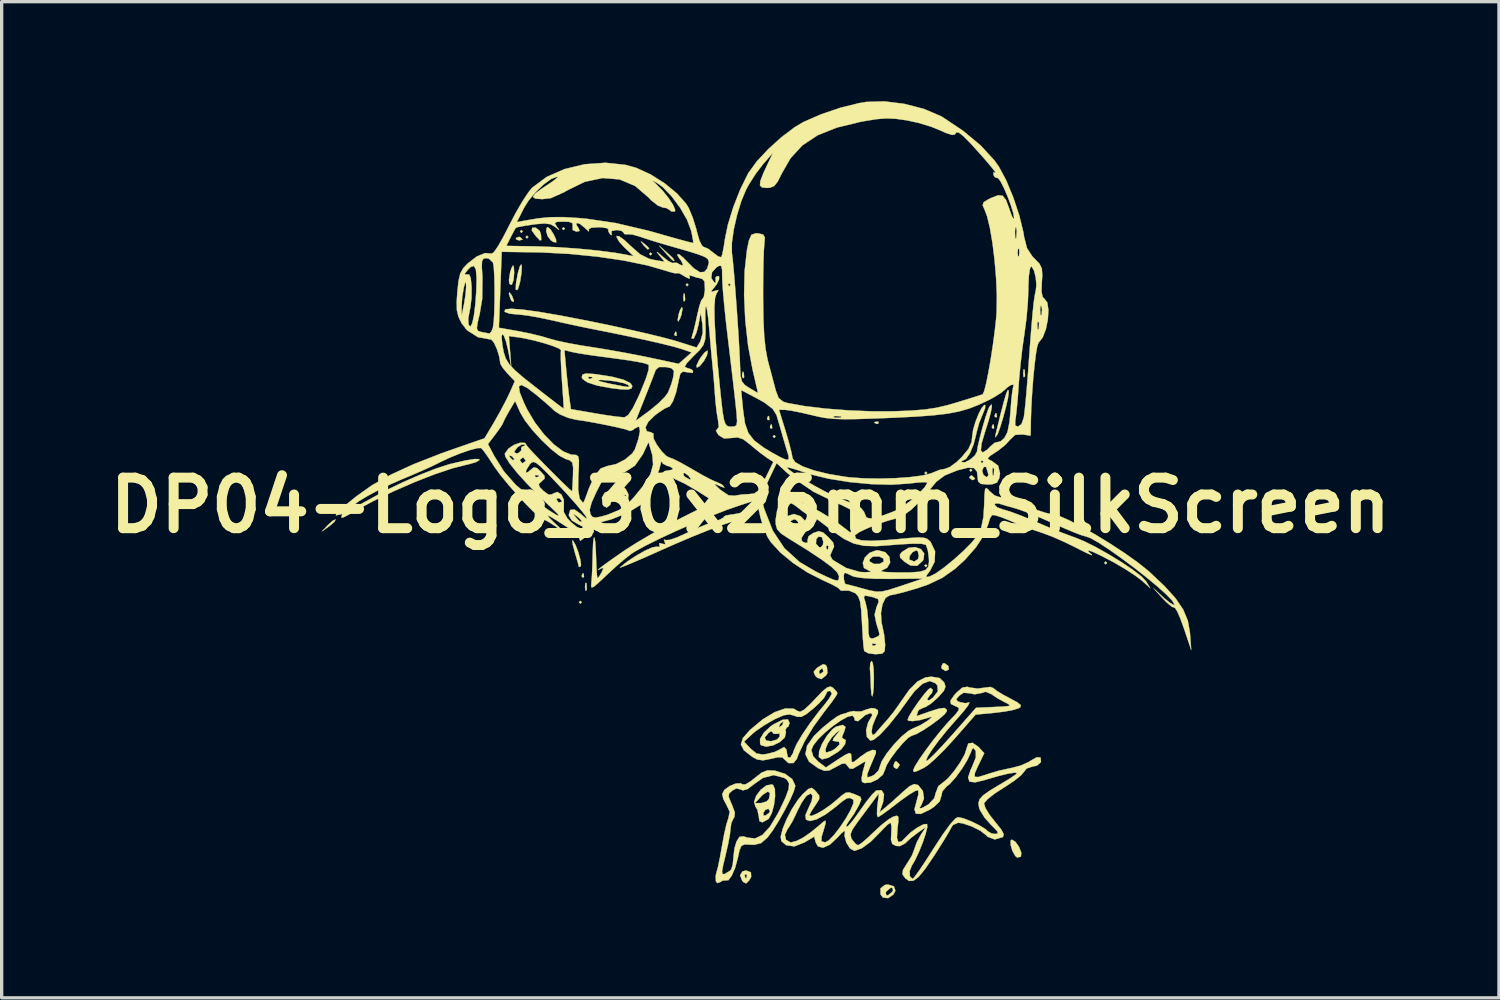
<source format=kicad_pcb>
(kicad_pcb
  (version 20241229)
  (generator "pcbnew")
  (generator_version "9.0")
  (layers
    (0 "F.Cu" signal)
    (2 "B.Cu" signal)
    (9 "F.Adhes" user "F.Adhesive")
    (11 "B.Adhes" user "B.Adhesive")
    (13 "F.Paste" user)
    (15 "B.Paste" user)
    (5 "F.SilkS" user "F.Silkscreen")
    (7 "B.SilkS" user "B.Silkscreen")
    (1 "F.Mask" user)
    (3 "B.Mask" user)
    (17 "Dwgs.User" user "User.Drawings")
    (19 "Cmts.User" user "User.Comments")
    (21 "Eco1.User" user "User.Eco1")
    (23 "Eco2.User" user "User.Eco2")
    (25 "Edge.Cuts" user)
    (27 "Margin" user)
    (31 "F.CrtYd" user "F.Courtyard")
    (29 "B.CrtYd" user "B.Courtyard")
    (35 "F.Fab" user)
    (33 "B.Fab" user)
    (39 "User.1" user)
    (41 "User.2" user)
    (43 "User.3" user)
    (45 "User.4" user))
  (footprint "DP04-Logo_30x26mm_SilkScreen"
    (layer "F.Cu")
    (at 19.565 12.181)
    (property "Reference" "DP04-Logo_30x26mm_SilkScreen" (at 0 0 0) (layer "F.SilkS") (effects (font (size 1.524 1.524) (thickness 0.3))))
    (attr through_hole)
    (fp_poly (pts (xy -6.858 -8.255) (xy -6.9 -8.213) (xy -6.943 -8.255) (xy -6.9 -8.297) (xy -6.858 -8.255)) (stroke (width 0.01) (type solid)) (fill yes) (layer "F.SilkS"))
    (fp_poly (pts (xy -6.689 -8.086) (xy -6.731 -8.043) (xy -6.773 -8.086) (xy -6.731 -8.128) (xy -6.689 -8.086)) (stroke (width 0.01) (type solid)) (fill yes) (layer "F.SilkS"))
    (fp_poly (pts (xy -5.588 -8.34) (xy -5.63 -8.297) (xy -5.673 -8.34) (xy -5.63 -8.382) (xy -5.588 -8.34)) (stroke (width 0.01) (type solid)) (fill yes) (layer "F.SilkS"))
    (fp_poly (pts (xy -5.08 2.921) (xy -5.122 2.963) (xy -5.165 2.921) (xy -5.122 2.879) (xy -5.08 2.921)) (stroke (width 0.01) (type solid)) (fill yes) (layer "F.SilkS"))
    (fp_poly (pts (xy -2.963 -7.578) (xy -3.006 -7.535) (xy -3.048 -7.578) (xy -3.006 -7.62) (xy -2.963 -7.578)) (stroke (width 0.01) (type solid)) (fill yes) (layer "F.SilkS"))
    (fp_poly (pts (xy -1.863 -6.646) (xy -1.905 -6.604) (xy -1.947 -6.646) (xy -1.905 -6.689) (xy -1.863 -6.646)) (stroke (width 0.01) (type solid)) (fill yes) (layer "F.SilkS"))
    (fp_poly (pts (xy 0.762 -2.074) (xy 0.72 -2.032) (xy 0.677 -2.074) (xy 0.72 -2.117) (xy 0.762 -2.074)) (stroke (width 0.01) (type solid)) (fill yes) (layer "F.SilkS"))
    (fp_poly (pts (xy 5.334 -0.974) (xy 5.292 -0.931) (xy 5.249 -0.974) (xy 5.292 -1.016) (xy 5.334 -0.974)) (stroke (width 0.01) (type solid)) (fill yes) (layer "F.SilkS"))
    (fp_poly (pts (xy 5.334 1.82) (xy 5.292 1.863) (xy 5.249 1.82) (xy 5.292 1.778) (xy 5.334 1.82)) (stroke (width 0.01) (type solid)) (fill yes) (layer "F.SilkS"))
    (fp_poly (pts (xy 6.689 -1.058) (xy 6.646 -1.016) (xy 6.604 -1.058) (xy 6.646 -1.101) (xy 6.689 -1.058)) (stroke (width 0.01) (type solid)) (fill yes) (layer "F.SilkS"))
    (fp_poly (pts (xy 10.753 1.736) (xy 10.71 1.778) (xy 10.668 1.736) (xy 10.71 1.693) (xy 10.753 1.736)) (stroke (width 0.01) (type solid)) (fill yes) (layer "F.SilkS"))
    (fp_poly (pts (xy -5.024 2.06) (xy -5.013 2.161) (xy -5.024 2.173) (xy -5.074 2.161) (xy -5.08 2.117) (xy -5.049 2.047) (xy -5.024 2.06)) (stroke (width 0.01) (type solid)) (fill yes) (layer "F.SilkS"))
    (fp_poly (pts (xy -4.939 2.349) (xy -4.928 2.523) (xy -4.939 2.561) (xy -4.97 2.572) (xy -4.982 2.455) (xy -4.969 2.335) (xy -4.939 2.349)) (stroke (width 0.01) (type solid)) (fill yes) (layer "F.SilkS"))
    (fp_poly (pts (xy -2.23 -5.221) (xy -2.219 -5.121) (xy -2.23 -5.108) (xy -2.28 -5.12) (xy -2.286 -5.165) (xy -2.255 -5.234) (xy -2.23 -5.221)) (stroke (width 0.01) (type solid)) (fill yes) (layer "F.SilkS"))
    (fp_poly (pts (xy -1.976 -6.371) (xy -1.965 -6.198) (xy -1.976 -6.16) (xy -2.007 -6.149) (xy -2.019 -6.265) (xy -2.005 -6.386) (xy -1.976 -6.371)) (stroke (width 0.01) (type solid)) (fill yes) (layer "F.SilkS"))
    (fp_poly (pts (xy -0.196 -3.995) (xy -0.186 -3.863) (xy -0.203 -3.833) (xy -0.241 -3.858) (xy -0.247 -3.944) (xy -0.227 -4.034) (xy -0.196 -3.995)) (stroke (width 0.01) (type solid)) (fill yes) (layer "F.SilkS"))
    (fp_poly (pts (xy 0.564 -2.681) (xy 0.575 -2.581) (xy 0.564 -2.568) (xy 0.514 -2.58) (xy 0.508 -2.625) (xy 0.539 -2.694) (xy 0.564 -2.681)) (stroke (width 0.01) (type solid)) (fill yes) (layer "F.SilkS"))
    (fp_poly (pts (xy 0.649 -2.427) (xy 0.659 -2.327) (xy 0.649 -2.314) (xy 0.599 -2.326) (xy 0.593 -2.371) (xy 0.624 -2.44) (xy 0.649 -2.427)) (stroke (width 0.01) (type solid)) (fill yes) (layer "F.SilkS"))
    (fp_poly (pts (xy 3.866 -2.512) (xy 3.855 -2.461) (xy 3.81 -2.455) (xy 3.74 -2.486) (xy 3.754 -2.512) (xy 3.854 -2.522) (xy 3.866 -2.512)) (stroke (width 0.01) (type solid)) (fill yes) (layer "F.SilkS"))
    (fp_poly (pts (xy 7.338 -2.427) (xy 7.348 -2.327) (xy 7.338 -2.314) (xy 7.287 -2.326) (xy 7.281 -2.371) (xy 7.312 -2.44) (xy 7.338 -2.427)) (stroke (width 0.01) (type solid)) (fill yes) (layer "F.SilkS"))
    (fp_poly (pts (xy 7.422 -2.766) (xy 7.433 -2.665) (xy 7.422 -2.653) (xy 7.372 -2.665) (xy 7.366 -2.709) (xy 7.397 -2.779) (xy 7.422 -2.766)) (stroke (width 0.01) (type solid)) (fill yes) (layer "F.SilkS"))
    (fp_poly (pts (xy 8.269 -4.085) (xy 8.28 -3.912) (xy 8.269 -3.873) (xy 8.238 -3.863) (xy 8.226 -3.979) (xy 8.239 -4.1) (xy 8.269 -4.085)) (stroke (width 0.01) (type solid)) (fill yes) (layer "F.SilkS"))
    (fp_poly (pts (xy -7.186 -6.322) (xy -7.13 -6.182) (xy -7.136 -6.128) (xy -7.194 -6.159) (xy -7.229 -6.226) (xy -7.277 -6.387) (xy -7.257 -6.419) (xy -7.186 -6.322)) (stroke (width 0.01) (type solid)) (fill yes) (layer "F.SilkS"))
    (fp_poly (pts (xy -6.937 -8.082) (xy -6.863 -8.013) (xy -6.95 -7.987) (xy -6.981 -7.987) (xy -7.066 -8.024) (xy -7.06 -8.059) (xy -6.962 -8.093) (xy -6.937 -8.082)) (stroke (width 0.01) (type solid)) (fill yes) (layer "F.SilkS"))
    (fp_poly (pts (xy 5.97 4.845) (xy 5.984 4.946) (xy 5.891 4.995) (xy 5.775 4.927) (xy 5.757 4.861) (xy 5.807 4.763) (xy 5.858 4.761) (xy 5.97 4.845)) (stroke (width 0.01) (type solid)) (fill yes) (layer "F.SilkS"))
    (fp_poly (pts (xy -12.499 0.428) (xy -12.534 0.496) (xy -12.669 0.613) (xy -12.687 0.626) (xy -12.912 0.786) (xy -12.724 0.588) (xy -12.585 0.463) (xy -12.502 0.426) (xy -12.499 0.428)) (stroke (width 0.01) (type solid)) (fill yes) (layer "F.SilkS"))
    (fp_poly (pts (xy -3.258 -7.932) (xy -3.196 -7.885) (xy -3.079 -7.78) (xy -3.048 -7.737) (xy -3.089 -7.711) (xy -3.202 -7.82) (xy -3.228 -7.853) (xy -3.301 -7.953) (xy -3.258 -7.932)) (stroke (width 0.01) (type solid)) (fill yes) (layer "F.SilkS"))
    (fp_poly (pts (xy -2.519 -7.626) (xy -2.342 -7.461) (xy -2.287 -7.381) (xy -2.314 -7.366) (xy -2.382 -7.423) (xy -2.514 -7.563) (xy -2.546 -7.599) (xy -2.752 -7.832) (xy -2.519 -7.626)) (stroke (width 0.01) (type solid)) (fill yes) (layer "F.SilkS"))
    (fp_poly (pts (xy -2.044 -5.927) (xy -2.076 -5.745) (xy -2.117 -5.63) (xy -2.173 -5.538) (xy -2.189 -5.588) (xy -2.157 -5.769) (xy -2.117 -5.884) (xy -2.061 -5.977) (xy -2.044 -5.927)) (stroke (width 0.01) (type solid)) (fill yes) (layer "F.SilkS"))
    (fp_poly (pts (xy 4.496 7.808) (xy 4.5 7.832) (xy 4.434 7.931) (xy 4.409 7.942) (xy 4.332 7.902) (xy 4.318 7.832) (xy 4.361 7.726) (xy 4.409 7.721) (xy 4.496 7.808)) (stroke (width 0.01) (type solid)) (fill yes) (layer "F.SilkS"))
    (fp_poly (pts (xy 6.689 -0.889) (xy 6.769 -0.813) (xy 6.773 -0.799) (xy 6.708 -0.763) (xy 6.689 -0.762) (xy 6.607 -0.827) (xy 6.604 -0.852) (xy 6.656 -0.902) (xy 6.689 -0.889)) (stroke (width 0.01) (type solid)) (fill yes) (layer "F.SilkS"))
    (fp_poly (pts (xy -6.346 -8.271) (xy -6.308 -8.149) (xy -6.302 -7.996) (xy -6.34 -7.984) (xy -6.456 -8.105) (xy -6.464 -8.114) (xy -6.587 -8.284) (xy -6.572 -8.367) (xy -6.463 -8.367) (xy -6.346 -8.271)) (stroke (width 0.01) (type solid)) (fill yes) (layer "F.SilkS"))
    (fp_poly (pts (xy -7.126 -7.175) (xy -7.118 -7.011) (xy -7.135 -6.793) (xy -7.185 -6.657) (xy -7.197 -6.646) (xy -7.259 -6.674) (xy -7.275 -6.79) (xy -7.238 -7.028) (xy -7.197 -7.154) (xy -7.149 -7.235) (xy -7.126 -7.175)) (stroke (width 0.01) (type solid)) (fill yes) (layer "F.SilkS"))
    (fp_poly (pts (xy -1.283 -4.651) (xy -1.306 -4.521) (xy -1.4 -4.347) (xy -1.522 -4.2) (xy -1.611 -4.149) (xy -1.622 -4.21) (xy -1.551 -4.364) (xy -1.504 -4.442) (xy -1.381 -4.603) (xy -1.298 -4.662) (xy -1.283 -4.651)) (stroke (width 0.01) (type solid)) (fill yes) (layer "F.SilkS"))
    (fp_poly (pts (xy -6.023 -8.317) (xy -5.929 -8.172) (xy -5.857 -8.016) (xy -5.849 -7.924) (xy -5.849 -7.923) (xy -5.935 -7.938) (xy -6.011 -7.987) (xy -6.106 -8.111) (xy -6.153 -8.261) (xy -6.136 -8.367) (xy -6.101 -8.382) (xy -6.023 -8.317)) (stroke (width 0.01) (type solid)) (fill yes) (layer "F.SilkS"))
    (fp_poly (pts (xy 7.992 10.142) (xy 8.1 10.296) (xy 8.167 10.468) (xy 8.157 10.588) (xy 8.154 10.591) (xy 8.042 10.617) (xy 7.984 10.566) (xy 7.897 10.407) (xy 7.847 10.231) (xy 7.848 10.103) (xy 7.88 10.075) (xy 7.992 10.142)) (stroke (width 0.01) (type solid)) (fill yes) (layer "F.SilkS"))
    (fp_poly (pts (xy -6.887 -7.2) (xy -6.899 -6.989) (xy -6.899 -6.988) (xy -6.941 -6.728) (xy -6.996 -6.538) (xy -7.025 -6.488) (xy -7.069 -6.5) (xy -7.064 -6.663) (xy -7.054 -6.738) (xy -7.001 -7.016) (xy -6.948 -7.197) (xy -6.907 -7.264) (xy -6.887 -7.2)) (stroke (width 0.01) (type solid)) (fill yes) (layer "F.SilkS"))
    (fp_poly (pts (xy -5.266 1.199) (xy -5.186 1.409) (xy -5.125 1.629) (xy -5.102 1.795) (xy -5.114 1.84) (xy -5.165 1.861) (xy -5.166 1.856) (xy -5.189 1.761) (xy -5.247 1.558) (xy -5.294 1.4) (xy -5.352 1.182) (xy -5.366 1.064) (xy -5.346 1.061) (xy -5.266 1.199)) (stroke (width 0.01) (type solid)) (fill yes) (layer "F.SilkS"))
    (fp_poly (pts (xy 3.69 4.744) (xy 3.716 4.928) (xy 3.725 5.201) (xy 3.725 5.202) (xy 3.718 5.494) (xy 3.698 5.686) (xy 3.674 5.761) (xy 3.651 5.703) (xy 3.635 5.496) (xy 3.634 5.44) (xy 3.623 5.171) (xy 3.607 4.943) (xy 3.605 4.928) (xy 3.615 4.759) (xy 3.655 4.69) (xy 3.69 4.744)) (stroke (width 0.01) (type solid)) (fill yes) (layer "F.SilkS"))
    (fp_poly (pts (xy 7.787 -3.455) (xy 7.789 -3.392) (xy 7.766 -3.225) (xy 7.705 -2.96) (xy 7.624 -2.656) (xy 7.538 -2.373) (xy 7.465 -2.168) (xy 7.439 -2.117) (xy 7.384 -2.049) (xy 7.392 -2.132) (xy 7.399 -2.159) (xy 7.536 -2.719) (xy 7.641 -3.122) (xy 7.716 -3.373) (xy 7.764 -3.482) (xy 7.787 -3.455)) (stroke (width 0.01) (type solid)) (fill yes) (layer "F.SilkS"))
    (fp_poly (pts (xy -4.174 -0.369) (xy -4.164 -0.197) (xy -4.225 -0.011) (xy -4.326 0.068) (xy -4.426 0.019) (xy -4.454 -0.035) (xy -4.47 -0.212) (xy -4.318 -0.212) (xy -4.276 -0.169) (xy -4.233 -0.212) (xy -4.276 -0.254) (xy -4.318 -0.212) (xy -4.47 -0.212) (xy -4.472 -0.236) (xy -4.385 -0.384) (xy -4.273 -0.423) (xy -4.174 -0.369)) (stroke (width 0.01) (type solid)) (fill yes) (layer "F.SilkS"))
    (fp_poly (pts (xy 0.017 11.06) (xy 0.027 11.197) (xy -0.028 11.298) (xy -0.124 11.397) (xy -0.209 11.355) (xy -0.245 11.314) (xy -0.298 11.176) (xy -0.169 11.176) (xy -0.138 11.246) (xy -0.113 11.232) (xy -0.103 11.132) (xy -0.113 11.12) (xy -0.163 11.131) (xy -0.169 11.176) (xy -0.298 11.176) (xy -0.308 11.152) (xy -0.236 11.033) (xy -0.127 11.007) (xy 0.017 11.06)) (stroke (width 0.01) (type solid)) (fill yes) (layer "F.SilkS"))
    (fp_poly (pts (xy -3.809 -0.541) (xy -3.753 -0.487) (xy -3.672 -0.332) (xy -3.685 -0.176) (xy -3.781 -0.088) (xy -3.81 -0.085) (xy -3.915 -0.152) (xy -3.949 -0.212) (xy -3.956 -0.31) (xy -3.866 -0.31) (xy -3.855 -0.26) (xy -3.81 -0.254) (xy -3.74 -0.285) (xy -3.754 -0.31) (xy -3.854 -0.321) (xy -3.866 -0.31) (xy -3.956 -0.31) (xy -3.963 -0.399) (xy -3.943 -0.481) (xy -3.888 -0.576) (xy -3.809 -0.541)) (stroke (width 0.01) (type solid)) (fill yes) (layer "F.SilkS"))
    (fp_poly (pts (xy 4.326 11.483) (xy 4.373 11.613) (xy 4.315 11.73) (xy 4.154 11.84) (xy 3.999 11.822) (xy 3.927 11.73) (xy 3.926 11.679) (xy 4.08 11.679) (xy 4.103 11.757) (xy 4.154 11.753) (xy 4.282 11.646) (xy 4.302 11.605) (xy 4.279 11.526) (xy 4.228 11.531) (xy 4.1 11.638) (xy 4.08 11.679) (xy 3.926 11.679) (xy 3.924 11.547) (xy 4.057 11.442) (xy 4.149 11.43) (xy 4.326 11.483)) (stroke (width 0.01) (type solid)) (fill yes) (layer "F.SilkS"))
    (fp_poly (pts (xy 2.27 4.811) (xy 2.311 4.873) (xy 2.325 5.053) (xy 2.282 5.127) (xy 2.142 5.239) (xy 2.012 5.192) (xy 1.954 5.13) (xy 1.91 5.02) (xy 1.93 4.995) (xy 2.074 4.995) (xy 2.081 5.073) (xy 2.112 5.08) (xy 2.198 5.019) (xy 2.201 4.995) (xy 2.172 4.913) (xy 2.164 4.911) (xy 2.092 4.97) (xy 2.074 4.995) (xy 1.93 4.995) (xy 2 4.91) (xy 2.046 4.876) (xy 2.191 4.79) (xy 2.27 4.811)) (stroke (width 0.01) (type solid)) (fill yes) (layer "F.SilkS"))
    (fp_poly (pts (xy 5.144 1.322) (xy 5.241 1.451) (xy 5.222 1.628) (xy 5.197 1.672) (xy 5.031 1.824) (xy 4.825 1.813) (xy 4.649 1.702) (xy 4.574 1.63) (xy 4.793 1.63) (xy 4.799 1.638) (xy 4.942 1.695) (xy 5.056 1.621) (xy 5.08 1.524) (xy 5.049 1.386) (xy 5.006 1.355) (xy 4.892 1.41) (xy 4.803 1.527) (xy 4.793 1.63) (xy 4.574 1.63) (xy 4.516 1.575) (xy 4.509 1.484) (xy 4.572 1.405) (xy 4.768 1.282) (xy 4.972 1.26) (xy 5.144 1.322)) (stroke (width 0.01) (type solid)) (fill yes) (layer "F.SilkS"))
    (fp_poly (pts (xy 2.87 6.679) (xy 2.826 6.837) (xy 2.811 6.862) (xy 2.759 6.993) (xy 2.793 7.027) (xy 2.878 7.078) (xy 2.855 7.201) (xy 2.743 7.351) (xy 2.646 7.431) (xy 2.352 7.608) (xy 2.161 7.658) (xy 2.065 7.584) (xy 2.074 7.417) (xy 2.104 7.341) (xy 2.267 7.341) (xy 2.274 7.438) (xy 2.305 7.448) (xy 2.456 7.398) (xy 2.561 7.333) (xy 2.693 7.201) (xy 2.67 7.127) (xy 2.569 7.112) (xy 2.484 7.096) (xy 2.509 7.024) (xy 2.59 6.923) (xy 2.69 6.801) (xy 2.679 6.793) (xy 2.598 6.853) (xy 2.452 7.002) (xy 2.334 7.18) (xy 2.267 7.341) (xy 2.104 7.341) (xy 2.167 7.183) (xy 2.313 6.941) (xy 2.479 6.747) (xy 2.586 6.672) (xy 2.784 6.619) (xy 2.87 6.679)) (stroke (width 0.01) (type solid)) (fill yes) (layer "F.SilkS"))
    (fp_poly (pts (xy 0.687 8.43) (xy 0.741 8.55) (xy 0.747 8.77) (xy 0.714 9.031) (xy 0.649 9.274) (xy 0.562 9.438) (xy 0.54 9.459) (xy 0.364 9.557) (xy 0.275 9.517) (xy 0.254 9.373) (xy 0.232 9.267) (xy 0.394 9.267) (xy 0.398 9.353) (xy 0.47 9.342) (xy 0.579 9.259) (xy 0.593 9.22) (xy 0.546 9.146) (xy 0.453 9.18) (xy 0.394 9.267) (xy 0.232 9.267) (xy 0.213 9.174) (xy 0.154 9.078) (xy 0.125 8.975) (xy 0.14 8.975) (xy 0.327 8.975) (xy 0.495 8.925) (xy 0.561 8.85) (xy 0.593 8.676) (xy 0.527 8.628) (xy 0.385 8.716) (xy 0.343 8.758) (xy 0.14 8.975) (xy 0.125 8.975) (xy 0.114 8.935) (xy 0.18 8.751) (xy 0.316 8.572) (xy 0.483 8.444) (xy 0.644 8.413) (xy 0.687 8.43)) (stroke (width 0.01) (type solid)) (fill yes) (layer "F.SilkS"))
    (fp_poly (pts (xy -4.73 -3.96) (xy -4.636 -3.949) (xy -4.167 -3.876) (xy -3.82 -3.785) (xy -3.612 -3.683) (xy -3.556 -3.594) (xy -3.584 -3.52) (xy -3.69 -3.489) (xy -3.903 -3.497) (xy -4.191 -3.531) (xy -4.617 -3.61) (xy -4.913 -3.707) (xy -5.003 -3.772) (xy -4.598 -3.772) (xy -4.538 -3.739) (xy -4.32 -3.685) (xy -4.144 -3.648) (xy -3.852 -3.592) (xy -3.695 -3.569) (xy -3.645 -3.578) (xy -3.671 -3.617) (xy -3.687 -3.632) (xy -3.811 -3.683) (xy -4.044 -3.732) (xy -4.233 -3.758) (xy -4.497 -3.78) (xy -4.598 -3.772) (xy -5.003 -3.772) (xy -5.064 -3.817) (xy -5.08 -3.866) (xy -4.882 -3.866) (xy -4.871 -3.816) (xy -4.826 -3.81) (xy -4.756 -3.841) (xy -4.77 -3.866) (xy -4.87 -3.877) (xy -4.882 -3.866) (xy -5.08 -3.866) (xy -5.08 -3.867) (xy -5.054 -3.944) (xy -4.95 -3.973) (xy -4.73 -3.96)) (stroke (width 0.01) (type solid)) (fill yes) (layer "F.SilkS"))
    (fp_poly (pts (xy 1.185 6.562) (xy 1.144 6.674) (xy 1.109 6.689) (xy 1.064 6.756) (xy 1.074 6.852) (xy 1.038 7) (xy 0.89 7.136) (xy 0.684 7.236) (xy 0.477 7.275) (xy 0.322 7.228) (xy 0.297 7.198) (xy 0.293 7.046) (xy 0.321 6.999) (xy 0.434 6.999) (xy 0.475 7.088) (xy 0.626 7.112) (xy 0.803 7.061) (xy 0.881 6.976) (xy 0.887 6.878) (xy 0.805 6.888) (xy 0.696 6.886) (xy 0.677 6.845) (xy 0.631 6.806) (xy 0.55 6.858) (xy 0.434 6.999) (xy 0.321 6.999) (xy 0.409 6.852) (xy 0.589 6.683) (xy 0.867 6.683) (xy 0.879 6.689) (xy 0.956 6.629) (xy 0.974 6.604) (xy 0.995 6.525) (xy 0.984 6.519) (xy 0.906 6.579) (xy 0.889 6.604) (xy 0.867 6.683) (xy 0.589 6.683) (xy 0.614 6.66) (xy 0.704 6.6) (xy 0.975 6.463) (xy 1.135 6.452) (xy 1.185 6.562)) (stroke (width 0.01) (type solid)) (fill yes) (layer "F.SilkS"))
    (fp_poly (pts (xy -0.086 0.153) (xy -0.033 0.219) (xy 0.013 0.204) (xy 0.071 0.194) (xy 0.052 0.238) (xy -0.053 0.307) (xy -0.276 0.401) (xy -0.573 0.501) (xy -0.617 0.514) (xy -0.901 0.611) (xy -1.298 0.763) (xy -1.768 0.953) (xy -2.27 1.167) (xy -2.622 1.322) (xy -3.059 1.517) (xy -3.431 1.679) (xy -3.716 1.799) (xy -3.891 1.867) (xy -3.934 1.875) (xy -3.71 1.695) (xy -3.442 1.518) (xy -3.175 1.367) (xy -2.953 1.268) (xy -2.821 1.245) (xy -2.819 1.246) (xy -2.726 1.256) (xy -2.742 1.201) (xy -2.745 1.138) (xy -2.658 1.158) (xy -2.559 1.175) (xy -2.582 1.102) (xy -2.605 1.03) (xy -2.556 1.048) (xy -2.437 1.043) (xy -2.219 0.971) (xy -1.972 0.859) (xy -1.645 0.706) (xy -1.316 0.571) (xy -1.125 0.505) (xy -0.917 0.431) (xy -0.805 0.367) (xy -0.799 0.347) (xy -0.746 0.309) (xy -0.576 0.278) (xy -0.525 0.274) (xy -0.305 0.232) (xy -0.163 0.159) (xy -0.154 0.147) (xy -0.097 0.089) (xy -0.086 0.153)) (stroke (width 0.01) (type solid)) (fill yes) (layer "F.SilkS"))
    (fp_poly (pts (xy 2.494 5.5) (xy 2.602 5.617) (xy 2.625 5.669) (xy 2.575 5.76) (xy 2.445 5.944) (xy 2.259 6.186) (xy 2.223 6.232) (xy 1.907 6.665) (xy 1.639 7.109) (xy 1.45 7.509) (xy 1.404 7.641) (xy 1.301 7.768) (xy 1.151 7.77) (xy 1.041 7.668) (xy 0.965 7.598) (xy 0.82 7.596) (xy 0.631 7.639) (xy 0.382 7.687) (xy 0.202 7.659) (xy 0.056 7.579) (xy -0.192 7.384) (xy -0.284 7.206) (xy -0.257 7.122) (xy -0.189 7.122) (xy 0.01 7.334) (xy 0.183 7.479) (xy 0.371 7.511) (xy 0.507 7.492) (xy 0.729 7.435) (xy 0.876 7.367) (xy 0.885 7.359) (xy 1.019 7.285) (xy 1.092 7.366) (xy 1.101 7.451) (xy 1.133 7.596) (xy 1.208 7.599) (xy 1.287 7.468) (xy 1.306 7.405) (xy 1.393 7.202) (xy 1.566 6.911) (xy 1.798 6.57) (xy 2.062 6.219) (xy 2.218 6.03) (xy 2.365 5.84) (xy 2.448 5.699) (xy 2.455 5.67) (xy 2.406 5.592) (xy 2.319 5.613) (xy 2.283 5.694) (xy 2.222 5.803) (xy 2.065 5.974) (xy 1.908 6.118) (xy 1.686 6.297) (xy 1.537 6.376) (xy 1.412 6.374) (xy 1.331 6.343) (xy 1.179 6.301) (xy 1.007 6.329) (xy 0.758 6.437) (xy 0.711 6.46) (xy 0.421 6.628) (xy 0.153 6.813) (xy 0.054 6.897) (xy -0.189 7.122) (xy -0.257 7.122) (xy -0.222 7.013) (xy -0.009 6.772) (xy -0.003 6.766) (xy 0.375 6.451) (xy 0.736 6.234) (xy 1.054 6.123) (xy 1.307 6.129) (xy 1.423 6.198) (xy 1.503 6.225) (xy 1.626 6.158) (xy 1.815 5.983) (xy 1.944 5.846) (xy 2.169 5.612) (xy 2.316 5.491) (xy 2.417 5.462) (xy 2.494 5.5)) (stroke (width 0.01) (type solid)) (fill yes) (layer "F.SilkS"))
    (fp_poly (pts (xy 6.619 5.492) (xy 6.849 5.524) (xy 7.047 5.498) (xy 7.236 5.474) (xy 7.329 5.511) (xy 7.427 5.591) (xy 7.628 5.713) (xy 7.811 5.81) (xy 8.048 5.938) (xy 8.151 6.02) (xy 8.142 6.08) (xy 8.092 6.115) (xy 7.932 6.166) (xy 7.663 6.217) (xy 7.365 6.254) (xy 6.791 6.308) (xy 6.151 7.04) (xy 5.868 7.349) (xy 5.595 7.62) (xy 5.368 7.821) (xy 5.24 7.908) (xy 5.035 8.007) (xy 4.94 8.037) (xy 4.912 8.008) (xy 4.911 7.984) (xy 4.961 7.867) (xy 5.077 7.682) (xy 5.301 7.682) (xy 5.316 7.705) (xy 5.397 7.645) (xy 5.565 7.481) (xy 5.797 7.237) (xy 6.067 6.938) (xy 6.097 6.904) (xy 6.804 6.103) (xy 7.36 6.078) (xy 7.654 6.064) (xy 7.799 6.046) (xy 7.816 6.016) (xy 7.726 5.962) (xy 7.662 5.931) (xy 7.437 5.808) (xy 7.266 5.691) (xy 7.092 5.619) (xy 6.974 5.657) (xy 6.758 5.696) (xy 6.632 5.667) (xy 6.43 5.649) (xy 6.3 5.735) (xy 6.208 5.845) (xy 6.248 5.904) (xy 6.318 5.932) (xy 6.479 5.964) (xy 6.54 5.953) (xy 6.609 5.938) (xy 6.566 6.031) (xy 6.418 6.223) (xy 6.178 6.496) (xy 5.919 6.793) (xy 5.682 7.087) (xy 5.487 7.351) (xy 5.354 7.558) (xy 5.301 7.682) (xy 5.077 7.682) (xy 5.093 7.656) (xy 5.283 7.385) (xy 5.505 7.088) (xy 5.733 6.802) (xy 5.941 6.561) (xy 5.991 6.507) (xy 6.19 6.294) (xy 6.283 6.169) (xy 6.283 6.102) (xy 6.204 6.061) (xy 6.19 6.057) (xy 6.048 5.988) (xy 6.031 5.89) (xy 6.142 5.728) (xy 6.218 5.644) (xy 6.389 5.495) (xy 6.54 5.47) (xy 6.619 5.492)) (stroke (width 0.01) (type solid)) (fill yes) (layer "F.SilkS"))
    (fp_poly (pts (xy 0.729 7.997) (xy 0.744 7.999) (xy 1.049 8.094) (xy 1.266 8.254) (xy 1.354 8.447) (xy 1.355 8.461) (xy 1.312 8.619) (xy 1.2 8.874) (xy 1.042 9.183) (xy 0.862 9.503) (xy 0.684 9.789) (xy 0.53 9.998) (xy 0.517 10.013) (xy 0.326 10.181) (xy 0.119 10.233) (xy 0.006 10.228) (xy -0.169 10.221) (xy -0.267 10.264) (xy -0.326 10.398) (xy -0.378 10.636) (xy -0.458 10.928) (xy -0.558 11.161) (xy -0.66 11.298) (xy -0.745 11.306) (xy -0.745 11.306) (xy -0.837 11.312) (xy -0.894 11.35) (xy -0.999 11.386) (xy -1.038 11.328) (xy -1.043 11.163) (xy -1.015 11.049) (xy -1.012 11.039) (xy -0.851 11.039) (xy -0.837 11.113) (xy -0.781 11.115) (xy -0.767 11.11) (xy -0.613 11.015) (xy -0.573 10.971) (xy -0.529 10.827) (xy -0.509 10.609) (xy -0.509 10.608) (xy -0.478 10.343) (xy -0.415 10.132) (xy -0.327 9.993) (xy -0.208 9.977) (xy -0.089 10.015) (xy 0.143 10.042) (xy 0.366 9.936) (xy 0.592 9.686) (xy 0.834 9.282) (xy 0.886 9.18) (xy 1.062 8.808) (xy 1.155 8.553) (xy 1.168 8.384) (xy 1.105 8.273) (xy 1.022 8.216) (xy 0.705 8.132) (xy 0.38 8.217) (xy 0.129 8.392) (xy -0.085 8.554) (xy -0.225 8.592) (xy -0.276 8.568) (xy -0.42 8.534) (xy -0.541 8.597) (xy -0.638 8.682) (xy -0.654 8.777) (xy -0.591 8.942) (xy -0.554 9.022) (xy -0.466 9.258) (xy -0.479 9.398) (xy -0.5 9.424) (xy -0.572 9.575) (xy -0.594 9.732) (xy -0.615 9.921) (xy -0.669 10.212) (xy -0.745 10.542) (xy -0.747 10.553) (xy -0.822 10.863) (xy -0.851 11.039) (xy -1.012 11.039) (xy -0.971 10.885) (xy -0.914 10.609) (xy -0.855 10.28) (xy -0.849 10.245) (xy -0.787 9.91) (xy -0.721 9.621) (xy -0.663 9.437) (xy -0.659 9.427) (xy -0.621 9.237) (xy -0.709 9.048) (xy -0.813 8.85) (xy -0.847 8.702) (xy -0.781 8.578) (xy -0.624 8.463) (xy -0.439 8.386) (xy -0.286 8.378) (xy -0.24 8.41) (xy -0.147 8.413) (xy 0.027 8.306) (xy 0.128 8.224) (xy 0.344 8.055) (xy 0.52 7.988) (xy 0.729 7.997)) (stroke (width 0.01) (type solid)) (fill yes) (layer "F.SilkS"))
    (fp_poly (pts (xy 5.704 5.205) (xy 5.844 5.337) (xy 5.844 5.338) (xy 5.882 5.462) (xy 5.835 5.589) (xy 5.68 5.766) (xy 5.644 5.803) (xy 5.447 5.975) (xy 5.28 6.081) (xy 5.225 6.096) (xy 5.086 6.164) (xy 5.049 6.223) (xy 5.016 6.333) (xy 5.019 6.349) (xy 5.102 6.322) (xy 5.289 6.257) (xy 5.376 6.225) (xy 5.676 6.129) (xy 5.848 6.107) (xy 5.92 6.158) (xy 5.926 6.202) (xy 5.859 6.296) (xy 5.69 6.443) (xy 5.462 6.612) (xy 5.221 6.772) (xy 5.009 6.893) (xy 4.873 6.943) (xy 4.869 6.943) (xy 4.759 7.007) (xy 4.594 7.172) (xy 4.407 7.394) (xy 4.234 7.629) (xy 4.108 7.834) (xy 4.064 7.96) (xy 3.996 8.119) (xy 3.83 8.262) (xy 3.626 8.356) (xy 3.441 8.372) (xy 3.366 8.333) (xy 3.354 8.227) (xy 3.39 8.034) (xy 3.394 8.016) (xy 3.447 7.827) (xy 3.471 7.727) (xy 3.471 7.724) (xy 3.41 7.748) (xy 3.261 7.839) (xy 3.246 7.848) (xy 3.084 7.942) (xy 2.995 7.935) (xy 2.936 7.861) (xy 2.864 7.782) (xy 2.764 7.789) (xy 2.581 7.886) (xy 2.574 7.89) (xy 2.378 7.992) (xy 2.234 8.003) (xy 2.055 7.928) (xy 2.042 7.921) (xy 1.771 7.727) (xy 1.661 7.504) (xy 1.686 7.376) (xy 1.84 7.376) (xy 1.897 7.568) (xy 2.049 7.727) (xy 2.279 7.901) (xy 2.619 7.676) (xy 2.855 7.525) (xy 2.983 7.466) (xy 3.037 7.496) (xy 3.048 7.611) (xy 3.048 7.628) (xy 3.057 7.733) (xy 3.107 7.741) (xy 3.236 7.646) (xy 3.308 7.585) (xy 3.512 7.443) (xy 3.683 7.373) (xy 3.784 7.384) (xy 3.784 7.472) (xy 3.725 7.614) (xy 3.631 7.835) (xy 3.605 7.895) (xy 3.522 8.112) (xy 3.527 8.199) (xy 3.632 8.175) (xy 3.731 8.125) (xy 3.865 7.994) (xy 3.898 7.892) (xy 3.96 7.716) (xy 4.115 7.474) (xy 4.327 7.211) (xy 4.557 6.97) (xy 4.771 6.795) (xy 4.877 6.738) (xy 5.136 6.621) (xy 5.343 6.493) (xy 5.464 6.395) (xy 5.449 6.377) (xy 5.376 6.4) (xy 5.119 6.472) (xy 4.897 6.504) (xy 4.762 6.492) (xy 4.741 6.466) (xy 4.787 6.353) (xy 4.904 6.161) (xy 5.059 5.935) (xy 5.22 5.72) (xy 5.355 5.561) (xy 5.429 5.503) (xy 5.499 5.558) (xy 5.472 5.664) (xy 5.419 5.715) (xy 5.337 5.834) (xy 5.334 5.86) (xy 5.385 5.88) (xy 5.503 5.8) (xy 5.653 5.607) (xy 5.641 5.436) (xy 5.584 5.364) (xy 5.411 5.295) (xy 5.195 5.376) (xy 4.955 5.598) (xy 4.824 5.769) (xy 4.47 6.257) (xy 4.16 6.645) (xy 3.904 6.919) (xy 3.714 7.069) (xy 3.617 7.09) (xy 3.514 6.979) (xy 3.491 6.778) (xy 3.55 6.55) (xy 3.594 6.472) (xy 3.676 6.325) (xy 3.654 6.27) (xy 3.611 6.265) (xy 3.461 6.325) (xy 3.387 6.392) (xy 3.248 6.506) (xy 3.154 6.487) (xy 3.133 6.4) (xy 3.078 6.338) (xy 2.933 6.374) (xy 2.728 6.486) (xy 2.493 6.65) (xy 2.257 6.844) (xy 2.049 7.046) (xy 1.9 7.234) (xy 1.84 7.376) (xy 1.686 7.376) (xy 1.711 7.246) (xy 1.922 6.948) (xy 2.176 6.705) (xy 2.416 6.509) (xy 2.615 6.366) (xy 2.733 6.306) (xy 2.737 6.305) (xy 2.896 6.261) (xy 2.946 6.234) (xy 3.118 6.2) (xy 3.182 6.214) (xy 3.352 6.212) (xy 3.463 6.166) (xy 3.652 6.11) (xy 3.759 6.123) (xy 3.847 6.174) (xy 3.848 6.263) (xy 3.766 6.439) (xy 3.68 6.656) (xy 3.656 6.831) (xy 3.657 6.84) (xy 3.69 6.93) (xy 3.758 6.888) (xy 3.811 6.826) (xy 3.96 6.652) (xy 4.131 6.461) (xy 4.307 6.247) (xy 4.491 5.989) (xy 4.523 5.94) (xy 4.796 5.554) (xy 5.04 5.31) (xy 5.278 5.188) (xy 5.454 5.165) (xy 5.704 5.205)) (stroke (width 0.01) (type solid)) (fill yes) (layer "F.SilkS"))
    (fp_poly (pts (xy 6.868 7.273) (xy 6.877 7.282) (xy 7.052 7.47) (xy 6.871 7.841) (xy 6.769 8.07) (xy 6.76 8.18) (xy 6.865 8.191) (xy 7.104 8.118) (xy 7.166 8.096) (xy 7.472 8.005) (xy 7.81 7.928) (xy 7.875 7.916) (xy 8.159 7.841) (xy 8.402 7.731) (xy 8.455 7.695) (xy 8.637 7.592) (xy 8.749 7.601) (xy 8.761 7.719) (xy 8.75 7.75) (xy 8.638 7.847) (xy 8.506 7.874) (xy 8.328 7.932) (xy 8.258 8.022) (xy 8.165 8.134) (xy 7.963 8.297) (xy 7.694 8.477) (xy 7.64 8.51) (xy 7.366 8.688) (xy 7.157 8.852) (xy 7.051 8.971) (xy 7.045 8.986) (xy 7.084 9.119) (xy 7.21 9.326) (xy 7.368 9.527) (xy 7.559 9.764) (xy 7.638 9.911) (xy 7.617 9.993) (xy 7.605 10.002) (xy 7.369 10.071) (xy 7.156 9.991) (xy 7.108 9.943) (xy 6.934 9.808) (xy 6.673 9.677) (xy 6.405 9.587) (xy 6.264 9.567) (xy 6.109 9.635) (xy 6.062 9.704) (xy 5.995 9.83) (xy 5.858 10.06) (xy 5.671 10.358) (xy 5.523 10.589) (xy 5.267 10.964) (xy 5.071 11.202) (xy 4.915 11.317) (xy 4.784 11.321) (xy 4.674 11.244) (xy 4.587 11.123) (xy 4.601 10.992) (xy 4.721 10.798) (xy 4.742 10.769) (xy 4.873 10.552) (xy 4.948 10.356) (xy 5.019 10.154) (xy 5.137 9.935) (xy 5.292 9.697) (xy 5.03 9.882) (xy 4.828 10.038) (xy 4.679 10.176) (xy 4.667 10.19) (xy 4.507 10.272) (xy 4.392 10.266) (xy 4.279 10.207) (xy 4.24 10.077) (xy 4.249 9.894) (xy 4.256 9.687) (xy 4.234 9.574) (xy 4.223 9.567) (xy 4.138 9.625) (xy 3.989 9.772) (xy 3.921 9.846) (xy 3.63 10.139) (xy 3.361 10.336) (xy 3.148 10.413) (xy 3.135 10.413) (xy 3.004 10.34) (xy 2.895 10.166) (xy 2.84 9.96) (xy 2.845 9.911) (xy 3.021 9.911) (xy 3.041 10.027) (xy 3.068 10.076) (xy 3.179 10.208) (xy 3.249 10.245) (xy 3.343 10.189) (xy 3.516 10.043) (xy 3.715 9.854) (xy 3.95 9.637) (xy 4.167 9.466) (xy 4.3 9.389) (xy 4.412 9.355) (xy 4.462 9.388) (xy 4.463 9.525) (xy 4.437 9.738) (xy 4.42 10.023) (xy 4.463 10.152) (xy 4.567 10.125) (xy 4.66 10.029) (xy 4.832 9.86) (xy 5.036 9.712) (xy 5.219 9.617) (xy 5.327 9.605) (xy 5.335 9.7) (xy 5.285 9.902) (xy 5.196 10.167) (xy 5.082 10.45) (xy 4.961 10.705) (xy 4.866 10.866) (xy 4.802 11.03) (xy 4.811 11.184) (xy 4.887 11.257) (xy 4.899 11.257) (xy 4.961 11.189) (xy 5.094 11.003) (xy 5.279 10.726) (xy 5.497 10.387) (xy 5.536 10.326) (xy 5.808 9.91) (xy 6.029 9.609) (xy 6.189 9.436) (xy 6.26 9.398) (xy 6.429 9.436) (xy 6.667 9.529) (xy 6.91 9.649) (xy 7.096 9.764) (xy 7.154 9.821) (xy 7.273 9.891) (xy 7.377 9.906) (xy 7.462 9.89) (xy 7.445 9.825) (xy 7.313 9.686) (xy 7.251 9.626) (xy 7.058 9.408) (xy 6.923 9.187) (xy 6.896 9.114) (xy 6.876 8.977) (xy 6.909 8.861) (xy 7.018 8.741) (xy 7.228 8.593) (xy 7.562 8.392) (xy 7.599 8.371) (xy 7.833 8.228) (xy 7.994 8.118) (xy 8.043 8.071) (xy 7.969 8.057) (xy 7.768 8.089) (xy 7.474 8.16) (xy 7.122 8.263) (xy 7.085 8.275) (xy 6.778 8.35) (xy 6.607 8.329) (xy 6.564 8.204) (xy 6.643 7.967) (xy 6.685 7.882) (xy 6.798 7.599) (xy 6.796 7.413) (xy 6.786 7.392) (xy 6.722 7.31) (xy 6.672 7.375) (xy 6.648 7.445) (xy 6.544 7.673) (xy 6.377 7.945) (xy 6.185 8.207) (xy 6.007 8.404) (xy 5.92 8.47) (xy 5.79 8.62) (xy 5.757 8.761) (xy 5.706 8.929) (xy 5.533 9.092) (xy 5.399 9.179) (xy 5.139 9.302) (xy 4.989 9.296) (xy 4.948 9.162) (xy 5.015 8.906) (xy 5.068 8.711) (xy 5.062 8.591) (xy 5.059 8.586) (xy 4.971 8.609) (xy 4.788 8.718) (xy 4.542 8.893) (xy 4.45 8.964) (xy 4.19 9.164) (xy 3.981 9.315) (xy 3.859 9.393) (xy 3.843 9.398) (xy 3.819 9.323) (xy 3.823 9.136) (xy 3.833 9.038) (xy 3.879 8.678) (xy 3.696 8.925) (xy 3.535 9.142) (xy 3.334 9.411) (xy 3.238 9.54) (xy 3.082 9.765) (xy 3.021 9.911) (xy 2.845 9.911) (xy 2.852 9.836) (xy 2.833 9.811) (xy 2.732 9.899) (xy 2.629 10.012) (xy 2.396 10.23) (xy 2.192 10.321) (xy 2.038 10.28) (xy 1.971 10.158) (xy 1.926 9.986) (xy 1.631 10.161) (xy 1.327 10.28) (xy 1.079 10.243) (xy 0.935 10.122) (xy 0.917 9.983) (xy 0.931 9.929) (xy 1.042 9.929) (xy 1.076 10.084) (xy 1.21 10.159) (xy 1.228 10.16) (xy 1.391 10.117) (xy 1.59 10.018) (xy 1.816 9.86) (xy 2.052 9.67) (xy 2.065 9.658) (xy 2.2 9.54) (xy 2.267 9.503) (xy 2.272 9.571) (xy 2.219 9.763) (xy 2.149 9.991) (xy 2.144 10.125) (xy 2.255 10.16) (xy 2.37 10.096) (xy 2.53 9.929) (xy 2.707 9.697) (xy 2.879 9.439) (xy 3.02 9.19) (xy 3.105 8.991) (xy 3.109 8.877) (xy 3.101 8.87) (xy 3.005 8.821) (xy 2.912 8.831) (xy 2.777 8.92) (xy 2.584 9.081) (xy 2.269 9.318) (xy 2 9.464) (xy 1.797 9.516) (xy 1.678 9.474) (xy 1.662 9.336) (xy 1.756 9.121) (xy 1.853 8.904) (xy 1.873 8.749) (xy 1.823 8.686) (xy 1.71 8.744) (xy 1.669 8.785) (xy 1.548 8.962) (xy 1.42 9.209) (xy 1.392 9.274) (xy 1.273 9.522) (xy 1.151 9.721) (xy 1.124 9.755) (xy 1.042 9.929) (xy 0.931 9.929) (xy 0.977 9.747) (xy 1.096 9.457) (xy 1.255 9.153) (xy 1.434 8.878) (xy 1.591 8.695) (xy 1.751 8.55) (xy 1.847 8.515) (xy 1.936 8.578) (xy 1.984 8.63) (xy 2.077 8.75) (xy 2.077 8.854) (xy 1.981 9.012) (xy 1.956 9.047) (xy 1.839 9.224) (xy 1.78 9.337) (xy 1.778 9.346) (xy 1.839 9.363) (xy 1.995 9.3) (xy 2.206 9.179) (xy 2.433 9.02) (xy 2.561 8.915) (xy 2.758 8.744) (xy 2.879 8.662) (xy 2.98 8.653) (xy 3.117 8.698) (xy 3.172 8.72) (xy 3.313 8.783) (xy 3.346 8.862) (xy 3.285 9.015) (xy 3.252 9.079) (xy 3.12 9.311) (xy 2.989 9.496) (xy 2.982 9.504) (xy 2.898 9.636) (xy 2.896 9.698) (xy 2.96 9.654) (xy 3.091 9.499) (xy 3.264 9.263) (xy 3.312 9.193) (xy 3.503 8.925) (xy 3.673 8.715) (xy 3.789 8.602) (xy 3.803 8.595) (xy 3.959 8.588) (xy 4.031 8.709) (xy 4.005 8.932) (xy 3.99 8.982) (xy 3.894 9.255) (xy 4.085 9.097) (xy 4.262 8.943) (xy 4.491 8.737) (xy 4.595 8.641) (xy 4.801 8.466) (xy 4.94 8.402) (xy 5.053 8.43) (xy 5.061 8.435) (xy 5.2 8.608) (xy 5.234 8.836) (xy 5.161 9.022) (xy 5.1 9.125) (xy 5.164 9.128) (xy 5.34 9.032) (xy 5.379 9.007) (xy 5.545 8.828) (xy 5.588 8.671) (xy 5.667 8.464) (xy 5.798 8.362) (xy 5.956 8.231) (xy 6.144 8.01) (xy 6.324 7.752) (xy 6.462 7.508) (xy 6.519 7.332) (xy 6.519 7.326) (xy 6.571 7.178) (xy 6.7 7.159) (xy 6.868 7.273)) (stroke (width 0.01) (type solid)) (fill yes) (layer "F.SilkS"))
    (fp_poly (pts (xy 4.641 -12.101) (xy 5.231 -11.949) (xy 5.738 -11.733) (xy 5.8 -11.698) (xy 6.416 -11.286) (xy 6.945 -10.845) (xy 7.355 -10.4) (xy 7.493 -10.207) (xy 7.713 -9.796) (xy 7.925 -9.285) (xy 8.106 -8.742) (xy 8.23 -8.235) (xy 8.253 -8.091) (xy 8.339 -7.752) (xy 8.504 -7.499) (xy 8.569 -7.434) (xy 8.718 -7.279) (xy 8.788 -7.134) (xy 8.801 -6.932) (xy 8.788 -6.733) (xy 8.778 -6.435) (xy 8.813 -6.274) (xy 8.862 -6.229) (xy 8.952 -6.113) (xy 8.985 -5.888) (xy 8.969 -5.605) (xy 8.91 -5.313) (xy 8.814 -5.061) (xy 8.687 -4.898) (xy 8.687 -4.898) (xy 8.649 -4.794) (xy 8.608 -4.554) (xy 8.566 -4.212) (xy 8.526 -3.802) (xy 8.493 -3.356) (xy 8.468 -2.908) (xy 8.458 -2.595) (xy 8.448 -2.1) (xy 8.204 -2.136) (xy 7.985 -2.123) (xy 7.836 -1.985) (xy 7.685 -1.82) (xy 7.463 -1.644) (xy 7.4 -1.604) (xy 7.213 -1.481) (xy 7.156 -1.413) (xy 7.213 -1.365) (xy 7.271 -1.342) (xy 7.47 -1.196) (xy 7.527 -0.959) (xy 7.505 -0.821) (xy 7.435 -0.685) (xy 7.284 -0.632) (xy 7.157 -0.627) (xy 6.952 -0.645) (xy 6.868 -0.718) (xy 6.857 -0.8) (xy 6.832 -1.016) (xy 6.811 -1.04) (xy 6.987 -1.04) (xy 7.031 -0.909) (xy 7.13 -0.847) (xy 7.178 -0.909) (xy 7.163 -0.981) (xy 7.152 -1.016) (xy 7.295 -1.016) (xy 7.308 -0.896) (xy 7.337 -0.91) (xy 7.349 -1.084) (xy 7.337 -1.122) (xy 7.307 -1.132) (xy 7.295 -1.016) (xy 7.152 -1.016) (xy 7.118 -1.119) (xy 7.112 -1.155) (xy 7.058 -1.159) (xy 7.031 -1.145) (xy 6.987 -1.04) (xy 6.811 -1.04) (xy 6.741 -1.123) (xy 6.558 -1.133) (xy 6.253 -1.057) (xy 6.223 -1.047) (xy 5.863 -0.902) (xy 5.613 -0.716) (xy 5.513 -0.598) (xy 5.171 -0.181) (xy 4.849 0.135) (xy 4.571 0.332) (xy 4.439 0.383) (xy 4.144 0.464) (xy 3.825 0.573) (xy 3.526 0.693) (xy 3.291 0.805) (xy 3.164 0.893) (xy 3.154 0.909) (xy 3.182 1.002) (xy 3.345 1.055) (xy 3.653 1.07) (xy 4.114 1.047) (xy 4.403 1.022) (xy 4.8 0.985) (xy 5.065 0.969) (xy 5.232 0.978) (xy 5.335 1.013) (xy 5.412 1.079) (xy 5.44 1.112) (xy 5.57 1.388) (xy 5.556 1.699) (xy 5.419 1.97) (xy 5.31 2.116) (xy 5.306 2.163) (xy 5.406 2.145) (xy 5.412 2.143) (xy 5.588 2.054) (xy 5.841 1.874) (xy 6.131 1.638) (xy 6.419 1.379) (xy 6.667 1.13) (xy 6.835 0.925) (xy 6.849 0.903) (xy 6.963 0.66) (xy 7.026 0.359) (xy 7.049 -0.001) (xy 7.059 -0.312) (xy 7.076 -0.478) (xy 7.108 -0.525) (xy 7.167 -0.48) (xy 7.207 -0.431) (xy 7.365 -0.297) (xy 7.492 -0.254) (xy 7.634 -0.224) (xy 7.884 -0.143) (xy 8.195 -0.027) (xy 8.283 0.008) (xy 8.61 0.132) (xy 8.898 0.225) (xy 9.094 0.271) (xy 9.122 0.273) (xy 9.314 0.321) (xy 9.612 0.452) (xy 9.988 0.647) (xy 10.412 0.888) (xy 10.852 1.158) (xy 11.281 1.439) (xy 11.667 1.713) (xy 11.982 1.963) (xy 12.025 2.001) (xy 12.487 2.436) (xy 12.823 2.809) (xy 13.05 3.146) (xy 13.187 3.476) (xy 13.25 3.825) (xy 13.253 3.86) (xy 13.29 4.36) (xy 13.069 3.706) (xy 12.961 3.409) (xy 12.866 3.193) (xy 12.8 3.091) (xy 12.787 3.089) (xy 12.701 3.054) (xy 12.546 2.923) (xy 12.438 2.812) (xy 12.15 2.498) (xy 12.467 2.789) (xy 12.644 2.936) (xy 12.76 3.002) (xy 12.785 2.989) (xy 12.718 2.874) (xy 12.537 2.685) (xy 12.268 2.443) (xy 11.935 2.167) (xy 11.567 1.878) (xy 11.188 1.596) (xy 10.826 1.34) (xy 10.506 1.13) (xy 10.255 0.988) (xy 10.098 0.932) (xy 10.093 0.932) (xy 9.975 0.898) (xy 9.74 0.808) (xy 9.426 0.675) (xy 9.162 0.557) (xy 8.777 0.388) (xy 8.407 0.238) (xy 8.105 0.127) (xy 7.975 0.087) (xy 7.722 0.017) (xy 7.528 -0.042) (xy 7.488 -0.056) (xy 7.382 -0.053) (xy 7.366 -0.016) (xy 7.439 0.059) (xy 7.619 0.126) (xy 7.641 0.131) (xy 7.843 0.192) (xy 8.145 0.304) (xy 8.494 0.447) (xy 8.636 0.509) (xy 9.016 0.672) (xy 9.394 0.825) (xy 9.706 0.942) (xy 9.779 0.967) (xy 10.069 1.086) (xy 10.425 1.264) (xy 10.81 1.481) (xy 11.19 1.714) (xy 11.526 1.94) (xy 11.783 2.138) (xy 11.924 2.284) (xy 11.926 2.286) (xy 12.056 2.498) (xy 11.807 2.272) (xy 11.612 2.124) (xy 11.323 1.935) (xy 10.994 1.741) (xy 10.922 1.701) (xy 10.567 1.516) (xy 10.32 1.4) (xy 10.192 1.359) (xy 10.191 1.395) (xy 10.292 1.483) (xy 10.299 1.505) (xy 10.18 1.457) (xy 9.959 1.349) (xy 9.821 1.278) (xy 9.462 1.102) (xy 9.097 0.942) (xy 8.797 0.83) (xy 8.763 0.819) (xy 8.441 0.711) (xy 8.069 0.567) (xy 7.847 0.472) (xy 7.582 0.364) (xy 7.378 0.3) (xy 7.287 0.293) (xy 7.222 0.399) (xy 7.171 0.57) (xy 7.045 0.895) (xy 6.801 1.266) (xy 6.468 1.644) (xy 6.174 1.912) (xy 5.788 2.185) (xy 5.353 2.391) (xy 5.033 2.5) (xy 4.702 2.597) (xy 4.423 2.67) (xy 4.242 2.707) (xy 4.214 2.709) (xy 4.08 2.785) (xy 3.984 2.98) (xy 3.938 3.245) (xy 3.955 3.533) (xy 3.974 3.615) (xy 4.035 3.908) (xy 4.063 4.191) (xy 4.064 4.212) (xy 4.049 4.396) (xy 3.972 4.472) (xy 3.78 4.487) (xy 3.765 4.487) (xy 3.557 4.46) (xy 3.438 4.394) (xy 3.432 4.381) (xy 3.413 4.253) (xy 3.407 4.177) (xy 3.669 4.177) (xy 3.681 4.227) (xy 3.725 4.233) (xy 3.795 4.202) (xy 3.782 4.177) (xy 3.681 4.167) (xy 3.669 4.177) (xy 3.407 4.177) (xy 3.392 4.001) (xy 3.372 3.671) (xy 3.365 3.523) (xy 3.342 3.144) (xy 3.308 2.898) (xy 3.264 2.774) (xy 3.423 2.774) (xy 3.47 2.917) (xy 3.52 3.135) (xy 3.551 3.434) (xy 3.556 3.596) (xy 3.562 3.856) (xy 3.591 3.984) (xy 3.657 4.016) (xy 3.725 4.004) (xy 3.862 3.942) (xy 3.895 3.897) (xy 3.869 3.782) (xy 3.807 3.583) (xy 3.799 3.562) (xy 3.747 3.297) (xy 3.803 3.073) (xy 3.871 2.906) (xy 3.847 2.823) (xy 3.702 2.77) (xy 3.618 2.749) (xy 3.456 2.719) (xy 3.423 2.774) (xy 3.264 2.774) (xy 3.255 2.748) (xy 3.175 2.656) (xy 3.168 2.651) (xy 2.981 2.572) (xy 2.857 2.57) (xy 2.734 2.574) (xy 2.709 2.545) (xy 2.637 2.482) (xy 2.449 2.379) (xy 2.184 2.257) (xy 2.179 2.255) (xy 1.728 2.026) (xy 1.291 1.739) (xy 0.91 1.425) (xy 0.624 1.116) (xy 0.517 0.949) (xy 0.409 0.694) (xy 0.315 0.399) (xy 0.251 0.122) (xy 0.232 -0.074) (xy 0.237 -0.106) (xy 0.241 -0.121) (xy 0.363 -0.121) (xy 0.412 0.081) (xy 0.419 0.103) (xy 0.677 0.763) (xy 1.028 1.292) (xy 1.489 1.712) (xy 1.986 2.003) (xy 2.312 2.157) (xy 2.513 2.244) (xy 2.621 2.269) (xy 2.665 2.238) (xy 2.673 2.155) (xy 2.673 2.13) (xy 2.658 2.099) (xy 2.818 2.099) (xy 2.822 2.237) (xy 2.852 2.353) (xy 2.876 2.374) (xy 2.977 2.397) (xy 3.186 2.452) (xy 3.344 2.496) (xy 3.608 2.567) (xy 3.798 2.602) (xy 3.968 2.597) (xy 4.174 2.549) (xy 4.471 2.453) (xy 4.582 2.416) (xy 5.207 2.207) (xy 4.232 2.218) (xy 3.755 2.214) (xy 3.38 2.191) (xy 3.135 2.153) (xy 3.073 2.13) (xy 2.917 2.055) (xy 2.847 2.032) (xy 2.818 2.099) (xy 2.658 2.099) (xy 2.617 2.017) (xy 2.444 1.852) (xy 2.144 1.63) (xy 1.71 1.343) (xy 1.408 1.156) (xy 1.979 1.156) (xy 2.072 1.26) (xy 2.122 1.27) (xy 2.286 1.27) (xy 2.317 1.34) (xy 2.342 1.326) (xy 2.353 1.226) (xy 2.342 1.214) (xy 2.292 1.225) (xy 2.286 1.27) (xy 2.122 1.27) (xy 2.186 1.199) (xy 2.201 1.101) (xy 2.157 0.957) (xy 2.057 0.945) (xy 1.99 1.016) (xy 1.979 1.156) (xy 1.408 1.156) (xy 1.164 1.005) (xy 0.93 0.852) (xy 0.81 0.725) (xy 0.767 0.573) (xy 0.764 0.481) (xy 0.94 0.481) (xy 0.948 0.643) (xy 0.967 0.643) (xy 0.975 0.615) (xy 1.202 0.615) (xy 1.287 0.745) (xy 1.424 0.838) (xy 1.501 0.816) (xy 1.491 0.713) (xy 1.445 0.551) (xy 1.439 0.501) (xy 1.371 0.432) (xy 1.312 0.423) (xy 1.203 0.481) (xy 1.202 0.615) (xy 0.975 0.615) (xy 1.007 0.508) (xy 1.126 0.324) (xy 1.313 0.262) (xy 1.514 0.327) (xy 1.634 0.451) (xy 1.72 0.618) (xy 1.698 0.744) (xy 1.649 0.816) (xy 1.543 0.985) (xy 1.557 1.08) (xy 1.647 1.13) (xy 1.733 1.126) (xy 1.723 1.056) (xy 1.757 0.931) (xy 1.901 0.833) (xy 2.064 0.78) (xy 2.193 0.818) (xy 2.352 0.959) (xy 2.496 1.122) (xy 2.526 1.239) (xy 2.47 1.363) (xy 2.406 1.514) (xy 2.469 1.626) (xy 2.513 1.663) (xy 2.893 1.89) (xy 3.302 2.008) (xy 3.471 2.017) (xy 3.631 2.005) (xy 3.625 1.983) (xy 3.577 1.972) (xy 3.426 1.886) (xy 3.391 1.739) (xy 3.428 1.641) (xy 3.59 1.641) (xy 3.598 1.693) (xy 3.726 1.767) (xy 3.902 1.765) (xy 4.022 1.693) (xy 4.009 1.602) (xy 3.889 1.544) (xy 3.725 1.543) (xy 3.678 1.557) (xy 3.59 1.641) (xy 3.428 1.641) (xy 3.452 1.574) (xy 3.593 1.433) (xy 3.793 1.358) (xy 3.848 1.355) (xy 4.067 1.413) (xy 4.193 1.554) (xy 4.215 1.727) (xy 4.123 1.883) (xy 3.979 1.956) (xy 3.939 1.987) (xy 4.059 2.009) (xy 4.326 2.021) (xy 4.403 2.022) (xy 4.828 2.022) (xy 5.112 2.001) (xy 5.281 1.949) (xy 5.364 1.852) (xy 5.386 1.7) (xy 5.383 1.6) (xy 5.353 1.367) (xy 5.301 1.208) (xy 5.287 1.189) (xy 5.163 1.159) (xy 4.893 1.156) (xy 4.496 1.178) (xy 4.288 1.195) (xy 3.801 1.231) (xy 3.428 1.221) (xy 3.118 1.152) (xy 2.819 1.009) (xy 2.48 0.774) (xy 2.3 0.635) (xy 2.54 0.635) (xy 2.582 0.677) (xy 2.625 0.635) (xy 2.582 0.593) (xy 2.54 0.635) (xy 2.3 0.635) (xy 2.247 0.594) (xy 2.025 0.428) (xy 1.86 0.321) (xy 1.791 0.298) (xy 1.71 0.272) (xy 1.555 0.165) (xy 1.506 0.125) (xy 1.327 -0.011) (xy 1.198 -0.082) (xy 1.182 -0.085) (xy 1.074 -0.01) (xy 0.985 0.175) (xy 0.941 0.41) (xy 0.94 0.481) (xy 0.764 0.481) (xy 0.762 0.444) (xy 0.809 0.148) (xy 0.923 -0.136) (xy 0.93 -0.148) (xy 1.076 -0.342) (xy 1.196 -0.421) (xy 1.264 -0.373) (xy 1.271 -0.318) (xy 1.343 -0.23) (xy 1.529 -0.105) (xy 1.773 0.021) (xy 2.113 0.198) (xy 2.456 0.406) (xy 2.643 0.536) (xy 3.012 0.818) (xy 3.161 0.621) (xy 3.253 0.444) (xy 3.225 0.293) (xy 3.063 0.148) (xy 2.755 -0.007) (xy 2.617 -0.064) (xy 1.904 -0.41) (xy 1.274 -0.838) (xy 1.053 -1.029) (xy 0.925 -1.149) (xy 1.101 -1.149) (xy 1.171 -1.07) (xy 1.358 -0.936) (xy 1.626 -0.768) (xy 1.941 -0.586) (xy 2.266 -0.41) (xy 2.568 -0.262) (xy 2.811 -0.16) (xy 2.819 -0.157) (xy 3.144 -0.031) (xy 3.337 0.08) (xy 3.43 0.198) (xy 3.443 0.237) (xy 3.501 0.369) (xy 3.62 0.398) (xy 3.757 0.376) (xy 4.001 0.305) (xy 4.295 0.195) (xy 4.392 0.153) (xy 4.608 0.028) (xy 4.851 -0.154) (xy 5.079 -0.355) (xy 5.254 -0.541) (xy 5.333 -0.673) (xy 5.334 -0.684) (xy 5.257 -0.698) (xy 5.057 -0.688) (xy 4.774 -0.656) (xy 4.763 -0.655) (xy 4.25 -0.621) (xy 3.638 -0.639) (xy 2.988 -0.701) (xy 2.36 -0.802) (xy 1.815 -0.934) (xy 1.708 -0.969) (xy 1.419 -1.064) (xy 1.205 -1.128) (xy 1.104 -1.151) (xy 1.101 -1.149) (xy 0.925 -1.149) (xy 0.794 -1.272) (xy 0.552 -0.766) (xy 0.424 -0.483) (xy 0.364 -0.289) (xy 0.363 -0.121) (xy 0.241 -0.121) (xy 0.246 -0.146) (xy 0.225 -0.16) (xy 0.137 -0.142) (xy -0.05 -0.085) (xy -0.296 -0.006) (xy -0.703 0.135) (xy -1.186 0.323) (xy -1.708 0.542) (xy -2.235 0.773) (xy -2.729 1.003) (xy -3.154 1.214) (xy -3.474 1.39) (xy -3.579 1.457) (xy -3.776 1.61) (xy -4.04 1.836) (xy -4.314 2.088) (xy -4.335 2.108) (xy -4.575 2.334) (xy -4.717 2.455) (xy -4.783 2.479) (xy -4.798 2.419) (xy -4.789 2.322) (xy -4.773 2.109) (xy -4.759 1.797) (xy -4.751 1.489) (xy -4.739 1.153) (xy -4.719 0.983) (xy -4.695 0.973) (xy -4.672 1.12) (xy -4.654 1.42) (xy -4.648 1.591) (xy -4.637 1.888) (xy -4.623 2.105) (xy -4.607 2.2) (xy -4.605 2.201) (xy -4.55 2.137) (xy -4.482 2.022) (xy -4.427 1.898) (xy -4.47 1.891) (xy -4.5 1.907) (xy -4.59 1.951) (xy -4.557 1.912) (xy -4.417 1.803) (xy -4.187 1.637) (xy -3.884 1.426) (xy -3.768 1.346) (xy -3.412 1.12) (xy -2.964 0.857) (xy -2.485 0.591) (xy -2.091 0.386) (xy -1.093 -0.115) (xy -1.409 -0.314) (xy -1.087 -0.314) (xy -1.066 -0.267) (xy -0.981 -0.176) (xy -0.932 -0.195) (xy -0.931 -0.207) (xy -0.991 -0.278) (xy -1.029 -0.304) (xy -1.087 -0.314) (xy -1.409 -0.314) (xy -1.583 -0.425) (xy -1.971 -0.65) (xy -2.298 -0.805) (xy -2.541 -0.878) (xy -2.671 -0.861) (xy -2.704 -0.873) (xy -2.691 -0.931) (xy -2.649 -0.971) (xy -2.02 -0.971) (xy -2.004 -0.893) (xy -1.945 -0.843) (xy -1.809 -0.77) (xy -1.8 -0.805) (xy -1.864 -0.891) (xy -1.972 -0.975) (xy -2.02 -0.971) (xy -2.649 -0.971) (xy -2.584 -1.032) (xy -2.472 -1.052) (xy -2.349 -1.074) (xy -2.338 -1.116) (xy -2.451 -1.181) (xy -2.496 -1.185) (xy -2.629 -1.252) (xy -2.653 -1.291) (xy -2.69 -1.319) (xy -2.703 -1.245) (xy -2.745 -1.082) (xy -2.843 -0.845) (xy -2.896 -0.737) (xy -3.003 -0.507) (xy -3.06 -0.333) (xy -3.064 -0.287) (xy -3.12 -0.169) (xy -3.298 -0.019) (xy -3.56 0.142) (xy -3.867 0.295) (xy -4.179 0.419) (xy -4.459 0.495) (xy -4.593 0.508) (xy -4.716 0.547) (xy -4.717 0.677) (xy -4.718 0.812) (xy -4.764 0.847) (xy -4.891 0.898) (xy -5.024 0.995) (xy -5.128 1.071) (xy -5.137 1.045) (xy -5.171 0.946) (xy -5.335 0.792) (xy -5.525 0.657) (xy -5.848 0.448) (xy -6.041 0.332) (xy -6.11 0.307) (xy -6.066 0.369) (xy -5.915 0.517) (xy -5.884 0.547) (xy -5.546 0.865) (xy -5.858 0.644) (xy -6.061 0.511) (xy -6.208 0.432) (xy -6.241 0.423) (xy -6.347 0.362) (xy -6.532 0.198) (xy -6.769 -0.041) (xy -7.032 -0.324) (xy -7.294 -0.624) (xy -7.529 -0.91) (xy -7.708 -1.155) (xy -7.738 -1.201) (xy -7.902 -1.452) (xy -8.038 -1.642) (xy -8.114 -1.727) (xy -8.232 -1.723) (xy -8.459 -1.663) (xy -8.751 -1.562) (xy -9.064 -1.435) (xy -9.355 -1.298) (xy -9.398 -1.275) (xy -9.609 -1.172) (xy -9.924 -1.03) (xy -10.288 -0.873) (xy -10.456 -0.804) (xy -10.839 -0.637) (xy -11.208 -0.458) (xy -11.537 -0.282) (xy -11.796 -0.126) (xy -11.956 -0.007) (xy -11.99 0.061) (xy -11.904 0.04) (xy -11.711 -0.052) (xy -11.448 -0.195) (xy -11.371 -0.239) (xy -10.95 -0.466) (xy -10.458 -0.702) (xy -9.947 -0.924) (xy -9.469 -1.11) (xy -9.075 -1.238) (xy -9.017 -1.253) (xy -8.596 -1.349) (xy -8.312 -1.396) (xy -8.173 -1.393) (xy -8.165 -1.363) (xy -8.271 -1.301) (xy -8.476 -1.241) (xy -8.529 -1.23) (xy -8.969 -1.118) (xy -9.513 -0.936) (xy -10.119 -0.699) (xy -10.749 -0.424) (xy -11.36 -0.13) (xy -11.912 0.167) (xy -12.101 0.279) (xy -12.266 0.365) (xy -12.33 0.366) (xy -12.32 0.34) (xy -12.298 0.262) (xy -12.394 0.281) (xy -12.493 0.305) (xy -12.478 0.253) (xy -12.393 0.169) (xy -12.234 0.169) (xy -12.23 0.247) (xy -12.202 0.254) (xy -12.082 0.192) (xy -12.065 0.169) (xy -12.069 0.091) (xy -12.097 0.085) (xy -12.217 0.146) (xy -12.234 0.169) (xy -12.393 0.169) (xy -12.342 0.119) (xy -12.079 -0.105) (xy -11.876 -0.269) (xy -11.406 -0.603) (xy -10.836 -0.923) (xy -10.147 -1.24) (xy -9.318 -1.564) (xy -8.937 -1.699) (xy -8.513 -1.846) (xy -7.907 -1.846) (xy -7.717 -1.487) (xy -7.429 -1.026) (xy -7.074 -0.621) (xy -6.61 -0.23) (xy -6.415 -0.088) (xy -6.067 0.152) (xy -5.85 0.288) (xy -5.765 0.321) (xy -5.813 0.251) (xy -5.969 0.099) (xy -6.255 -0.174) (xy -5.842 -0.174) (xy -5.781 -0.088) (xy -5.757 -0.085) (xy -5.675 -0.114) (xy -5.673 -0.122) (xy -5.732 -0.194) (xy -5.757 -0.212) (xy -5.835 -0.205) (xy -5.842 -0.174) (xy -6.255 -0.174) (xy -6.382 -0.296) (xy -6.747 -0.67) (xy -6.957 -0.903) (xy -6.491 -0.903) (xy -6.479 -0.853) (xy -6.435 -0.847) (xy -6.365 -0.878) (xy -6.378 -0.903) (xy -6.479 -0.913) (xy -6.491 -0.903) (xy -6.957 -0.903) (xy -7.029 -0.984) (xy -6.766 -0.984) (xy -6.697 -1.003) (xy -6.634 -1.059) (xy -6.524 -1.145) (xy -6.427 -1.12) (xy -6.316 -1.018) (xy -6.2 -0.884) (xy -6.201 -0.801) (xy -6.285 -0.728) (xy -6.375 -0.642) (xy -6.354 -0.557) (xy -6.238 -0.437) (xy -6.078 -0.32) (xy -5.968 -0.334) (xy -5.947 -0.353) (xy -5.813 -0.403) (xy -5.692 -0.325) (xy -5.619 -0.161) (xy -5.62 0.013) (xy -5.621 0.203) (xy -5.52 0.384) (xy -5.409 0.505) (xy -5.231 0.65) (xy -5.09 0.711) (xy -5.056 0.705) (xy -5.05 0.641) (xy -5.183 0.573) (xy -5.381 0.456) (xy -5.472 0.3) (xy -5.46 0.255) (xy -5.328 0.255) (xy -5.307 0.298) (xy -5.26 0.36) (xy -5.137 0.491) (xy -5.081 0.491) (xy -5.08 0.476) (xy -5.138 0.405) (xy -5.228 0.328) (xy -5.328 0.255) (xy -5.46 0.255) (xy -5.432 0.15) (xy -5.423 0.139) (xy -5.304 0.124) (xy -5.115 0.256) (xy -5.112 0.259) (xy -4.963 0.386) (xy -4.918 0.402) (xy -4.963 0.321) (xy -5.09 0.158) (xy -5.111 0.134) (xy -4.841 0.134) (xy -4.819 0.266) (xy -4.761 0.348) (xy -4.671 0.372) (xy -4.503 0.341) (xy -4.299 0.283) (xy -3.948 0.138) (xy -3.651 -0.092) (xy -3.517 -0.233) (xy -3.2 -0.622) (xy -3.009 -0.944) (xy -2.93 -1.229) (xy -2.952 -1.507) (xy -2.968 -1.566) (xy -3.067 -1.904) (xy -3.238 -1.541) (xy -3.479 -1.194) (xy -3.804 -0.988) (xy -4.132 -0.931) (xy -4.273 -0.914) (xy -4.384 -0.839) (xy -4.499 -0.673) (xy -4.638 -0.406) (xy -4.784 -0.082) (xy -4.841 0.134) (xy -5.111 0.134) (xy -5.286 -0.073) (xy -5.541 -0.358) (xy -5.799 -0.635) (xy -6.1 -0.951) (xy -6.308 -1.158) (xy -6.446 -1.272) (xy -6.535 -1.31) (xy -6.599 -1.286) (xy -6.647 -1.233) (xy -6.75 -1.07) (xy -6.766 -0.984) (xy -7.029 -0.984) (xy -7.047 -1.003) (xy -7.265 -1.277) (xy -7.312 -1.355) (xy -6.943 -1.355) (xy -6.878 -1.272) (xy -6.858 -1.27) (xy -6.776 -1.334) (xy -6.773 -1.355) (xy -6.838 -1.437) (xy -6.858 -1.439) (xy -6.94 -1.375) (xy -6.943 -1.355) (xy -7.312 -1.355) (xy -7.385 -1.472) (xy -7.39 -1.5) (xy -7.268 -1.5) (xy -7.247 -1.452) (xy -7.162 -1.362) (xy -7.113 -1.38) (xy -7.112 -1.392) (xy -7.172 -1.464) (xy -7.21 -1.49) (xy -7.268 -1.5) (xy -7.39 -1.5) (xy -7.4 -1.557) (xy -7.368 -1.601) (xy -7.112 -1.601) (xy -7.05 -1.563) (xy -6.985 -1.578) (xy -6.9 -1.658) (xy -6.906 -1.702) (xy -6.887 -1.771) (xy -6.849 -1.778) (xy -6.786 -1.81) (xy -6.8 -1.832) (xy -6.895 -1.83) (xy -7.021 -1.746) (xy -7.105 -1.634) (xy -7.112 -1.601) (xy -7.368 -1.601) (xy -7.291 -1.708) (xy -7.12 -1.823) (xy -6.936 -1.887) (xy -6.79 -1.881) (xy -6.729 -1.792) (xy -6.673 -1.722) (xy -6.525 -1.563) (xy -6.316 -1.346) (xy -6.074 -1.1) (xy -5.829 -0.855) (xy -5.611 -0.641) (xy -5.45 -0.487) (xy -5.374 -0.424) (xy -5.372 -0.423) (xy -5.364 -0.5) (xy -5.353 -0.697) (xy -5.345 -0.879) (xy -5.34 -1.144) (xy -5.367 -1.288) (xy -5.445 -1.358) (xy -5.553 -1.391) (xy -5.75 -1.493) (xy -6.009 -1.697) (xy -6.293 -1.967) (xy -6.566 -2.266) (xy -6.793 -2.557) (xy -6.933 -2.794) (xy -7.089 -3.143) (xy -7.27 -2.837) (xy -7.382 -2.637) (xy -7.445 -2.506) (xy -7.451 -2.487) (xy -7.497 -2.4) (xy -7.615 -2.23) (xy -7.679 -2.145) (xy -7.907 -1.846) (xy -8.513 -1.846) (xy -8.011 -2.02) (xy -7.718 -2.513) (xy -7.535 -2.837) (xy -7.361 -3.167) (xy -7.261 -3.374) (xy -7.168 -3.582) (xy -6.975 -3.582) (xy -6.948 -3.402) (xy -6.821 -3.088) (xy -6.724 -2.887) (xy -6.493 -2.498) (xy -6.217 -2.139) (xy -5.922 -1.837) (xy -5.639 -1.624) (xy -5.397 -1.527) (xy -5.357 -1.524) (xy -5.249 -1.518) (xy -5.188 -1.475) (xy -5.165 -1.359) (xy -5.169 -1.136) (xy -5.183 -0.892) (xy -5.189 -0.471) (xy -5.145 -0.201) (xy -5.053 -0.088) (xy -5.029 -0.085) (xy -4.994 -0.157) (xy -4.925 -0.341) (xy -4.877 -0.48) (xy -4.703 -0.874) (xy -4.508 -1.111) (xy -4.308 -1.185) (xy -4.048 -1.241) (xy -3.776 -1.38) (xy -3.559 -1.563) (xy -3.479 -1.686) (xy -3.372 -2.001) (xy -3.326 -2.235) (xy -3.343 -2.343) (xy -3.16 -2.343) (xy -3.117 -2.232) (xy -2.992 -2.201) (xy -2.912 -2.156) (xy -2.923 -2.113) (xy -2.909 -1.999) (xy -2.813 -1.82) (xy -2.673 -1.631) (xy -2.531 -1.487) (xy -2.435 -1.439) (xy -2.321 -1.398) (xy -2.105 -1.289) (xy -1.826 -1.133) (xy -1.741 -1.083) (xy -1.448 -0.914) (xy -1.203 -0.784) (xy -1.047 -0.713) (xy -1.026 -0.707) (xy -0.865 -0.632) (xy -0.814 -0.588) (xy -0.778 -0.531) (xy -0.865 -0.557) (xy -0.931 -0.587) (xy -1.057 -0.643) (xy -1.066 -0.625) (xy -0.955 -0.516) (xy -0.898 -0.464) (xy -0.655 -0.302) (xy -0.474 -0.289) (xy -0.256 -0.325) (xy -0.039 -0.338) (xy 0.112 -0.355) (xy 0.226 -0.43) (xy 0.341 -0.598) (xy 0.457 -0.824) (xy 0.694 -1.308) (xy 0.496 -1.437) (xy 0.307 -1.575) (xy 0.075 -1.763) (xy 0.001 -1.827) (xy -0.211 -1.99) (xy -0.383 -2.048) (xy -0.563 -2.03) (xy -0.79 -2.015) (xy -0.945 -2.108) (xy -0.965 -2.129) (xy -1.036 -2.248) (xy -1.005 -2.286) (xy -0.949 -2.36) (xy -0.972 -2.561) (xy -1.014 -2.809) (xy -1.05 -3.131) (xy -1.063 -3.302) (xy -1.09 -3.669) (xy -1.123 -4.052) (xy -1.137 -4.191) (xy -1.166 -4.491) (xy -1.201 -4.878) (xy -1.234 -5.272) (xy -1.236 -5.292) (xy -1.27 -5.655) (xy -1.304 -5.895) (xy -1.332 -6.001) (xy -1.351 -5.963) (xy -1.358 -5.772) (xy -1.355 -5.588) (xy -1.347 -5.234) (xy -1.361 -4.999) (xy -1.414 -4.833) (xy -1.522 -4.685) (xy -1.702 -4.506) (xy -1.714 -4.495) (xy -1.911 -4.29) (xy -1.975 -4.178) (xy -1.931 -4.15) (xy -1.773 -4.097) (xy -1.728 -4.052) (xy -1.733 -3.991) (xy -1.878 -4.007) (xy -1.888 -4.01) (xy -2.035 -4.03) (xy -2.11 -3.965) (xy -2.157 -3.776) (xy -2.161 -3.747) (xy -2.236 -3.407) (xy -2.329 -3.141) (xy -2.426 -2.987) (xy -2.475 -2.963) (xy -2.585 -2.914) (xy -2.772 -2.79) (xy -2.884 -2.705) (xy -3.08 -2.51) (xy -3.16 -2.343) (xy -3.343 -2.343) (xy -3.346 -2.359) (xy -3.372 -2.371) (xy -3.496 -2.309) (xy -3.515 -2.285) (xy -3.62 -2.24) (xy -3.657 -2.254) (xy -3.777 -2.294) (xy -4.018 -2.352) (xy -4.333 -2.419) (xy -4.676 -2.486) (xy -5 -2.543) (xy -5.03 -2.547) (xy -3.454 -2.547) (xy -3.018 -2.868) (xy -2.769 -3.074) (xy -2.568 -3.277) (xy -2.476 -3.406) (xy -2.378 -3.66) (xy -2.32 -3.875) (xy -2.301 -4.051) (xy -2.372 -4.131) (xy -2.539 -4.167) (xy -2.752 -4.168) (xy -2.85 -4.084) (xy -2.855 -4.072) (xy -2.906 -3.935) (xy -3.002 -3.686) (xy -3.126 -3.37) (xy -3.177 -3.242) (xy -3.454 -2.547) (xy -5.03 -2.547) (xy -5.258 -2.58) (xy -5.259 -2.58) (xy -5.493 -2.638) (xy -5.736 -2.74) (xy -5.908 -2.852) (xy -5.927 -2.872) (xy -6.008 -2.949) (xy -6.183 -3.103) (xy -6.417 -3.302) (xy -6.446 -3.327) (xy -6.726 -3.542) (xy -6.902 -3.628) (xy -6.975 -3.582) (xy -7.168 -3.582) (xy -7.097 -3.742) (xy -7.316 -3.971) (xy -7.46 -4.141) (xy -7.533 -4.266) (xy -7.536 -4.28) (xy -7.565 -4.479) (xy -7.635 -4.704) (xy -7.722 -4.895) (xy -7.802 -4.993) (xy -7.814 -4.996) (xy -8.213 -5.071) (xy -8.219 -5.075) (xy -7.497 -5.075) (xy -7.475 -4.847) (xy -7.431 -4.61) (xy -7.369 -4.421) (xy -7.265 -4.252) (xy -7.096 -4.072) (xy -6.838 -3.85) (xy -6.472 -3.561) (xy -6.154 -3.313) (xy -5.89 -3.11) (xy -5.706 -2.97) (xy -5.626 -2.913) (xy -5.624 -2.912) (xy -5.627 -2.995) (xy -5.64 -3.21) (xy -5.661 -3.521) (xy -5.678 -3.768) (xy -5.7 -4.13) (xy -5.712 -4.428) (xy -5.711 -4.621) (xy -5.704 -4.672) (xy -5.712 -4.679) (xy -5.604 -4.679) (xy -5.549 -4.096) (xy -5.514 -3.745) (xy -5.478 -3.415) (xy -5.451 -3.206) (xy -5.407 -2.899) (xy -4.672 -2.771) (xy -4.322 -2.714) (xy -4.023 -2.673) (xy -3.823 -2.654) (xy -3.785 -2.655) (xy -3.678 -2.724) (xy -3.544 -2.925) (xy -3.374 -3.272) (xy -3.305 -3.429) (xy -3.144 -3.829) (xy -3.063 -4.091) (xy -3.06 -4.225) (xy -3.077 -4.243) (xy -3.198 -4.284) (xy -3.427 -4.331) (xy -3.784 -4.387) (xy -4.284 -4.455) (xy -4.547 -4.489) (xy -4.885 -4.536) (xy -5.185 -4.584) (xy -5.381 -4.623) (xy -5.604 -4.679) (xy -5.712 -4.679) (xy -5.759 -4.723) (xy -5.937 -4.797) (xy -6.197 -4.882) (xy -6.497 -4.964) (xy -6.794 -5.03) (xy -6.961 -5.058) (xy -7.276 -5.102) (xy -7.241 -4.646) (xy -7.207 -4.191) (xy -7.3 -4.678) (xy -7.366 -4.95) (xy -7.429 -5.116) (xy -7.478 -5.162) (xy -7.497 -5.075) (xy -8.219 -5.075) (xy -8.539 -5.278) (xy -8.586 -5.339) (xy -8.241 -5.339) (xy -8.214 -5.263) (xy -8.134 -5.231) (xy -8.098 -5.223) (xy -7.929 -5.19) (xy -7.863 -5.176) (xy -7.803 -5.237) (xy -7.759 -5.353) (xy -7.578 -5.353) (xy -6.985 -5.248) (xy -6.628 -5.176) (xy -6.287 -5.093) (xy -6.061 -5.025) (xy -5.835 -4.963) (xy -5.495 -4.89) (xy -5.095 -4.818) (xy -4.833 -4.777) (xy -4.327 -4.696) (xy -3.755 -4.594) (xy -3.216 -4.49) (xy -3.048 -4.455) (xy -2.159 -4.265) (xy -1.77 -4.609) (xy -2.056 -4.708) (xy -2.301 -4.78) (xy -2.682 -4.875) (xy -3.169 -4.986) (xy -3.733 -5.107) (xy -4.343 -5.232) (xy -4.614 -5.285) (xy -5.045 -5.372) (xy -5.538 -5.477) (xy -5.989 -5.579) (xy -6.011 -5.584) (xy -6.383 -5.663) (xy -6.732 -5.723) (xy -6.995 -5.753) (xy -7.044 -5.755) (xy -7.262 -5.778) (xy -7.398 -5.83) (xy -7.408 -5.842) (xy -7.384 -5.906) (xy -7.202 -5.925) (xy -6.864 -5.9) (xy -6.366 -5.831) (xy -5.708 -5.718) (xy -4.888 -5.56) (xy -4.816 -5.545) (xy -4.224 -5.423) (xy -3.646 -5.297) (xy -3.116 -5.177) (xy -2.671 -5.069) (xy -2.345 -4.983) (xy -2.269 -4.961) (xy -1.618 -4.757) (xy -1.505 -4.94) (xy -1.432 -5.201) (xy -1.444 -5.461) (xy -1.495 -5.8) (xy -1.563 -5.438) (xy -1.624 -5.204) (xy -1.695 -5.047) (xy -1.719 -5.022) (xy -1.771 -5.031) (xy -1.754 -5.105) (xy -1.709 -5.259) (xy -1.647 -5.516) (xy -1.597 -5.749) (xy -1.535 -6.008) (xy -1.476 -6.179) (xy -1.44 -6.223) (xy -1.402 -6.276) (xy -1.373 -6.447) (xy -1.372 -6.456) (xy -1.177 -6.456) (xy -1.159 -6.434) (xy -1.068 -6.465) (xy -0.959 -6.492) (xy -0.989 -6.426) (xy -1.015 -6.394) (xy -1.062 -6.256) (xy -1.082 -5.984) (xy -1.077 -5.57) (xy -1.045 -5.007) (xy -0.986 -4.289) (xy -0.924 -3.641) (xy -0.874 -3.154) (xy -0.834 -2.811) (xy -0.795 -2.586) (xy -0.751 -2.455) (xy -0.694 -2.392) (xy -0.619 -2.372) (xy -0.565 -2.371) (xy -0.468 -2.378) (xy -0.415 -2.421) (xy -0.399 -2.537) (xy -0.413 -2.759) (xy -0.441 -3.027) (xy -0.476 -3.346) (xy -0.491 -3.474) (xy -0.276 -3.474) (xy -0.216 -2.859) (xy -0.16 -2.468) (xy -0.059 -2.182) (xy 0.117 -1.955) (xy 0.401 -1.742) (xy 0.635 -1.6) (xy 0.922 -1.442) (xy 1.089 -1.372) (xy 1.158 -1.391) (xy 1.151 -1.494) (xy 1.136 -1.545) (xy 1.075 -1.744) (xy 0.995 -2.016) (xy 0.967 -2.117) (xy 0.884 -2.404) (xy 0.808 -2.661) (xy 0.789 -2.724) (xy 0.692 -2.879) (xy 0.865 -2.879) (xy 1.068 -2.223) (xy 1.163 -1.897) (xy 1.234 -1.623) (xy 1.269 -1.45) (xy 1.27 -1.428) (xy 1.35 -1.303) (xy 1.574 -1.175) (xy 1.915 -1.053) (xy 2.348 -0.946) (xy 2.848 -0.862) (xy 2.993 -0.844) (xy 3.414 -0.813) (xy 3.885 -0.805) (xy 4.365 -0.818) (xy 4.811 -0.85) (xy 5.183 -0.898) (xy 5.439 -0.96) (xy 5.486 -0.98) (xy 5.706 -1.068) (xy 5.876 -1.1) (xy 6.022 -1.159) (xy 6.223 -1.309) (xy 6.363 -1.443) (xy 6.573 -1.695) (xy 6.671 -1.912) (xy 6.689 -2.081) (xy 6.716 -2.276) (xy 6.786 -2.513) (xy 6.878 -2.748) (xy 6.974 -2.934) (xy 7.054 -3.026) (xy 7.082 -3.022) (xy 7.077 -2.926) (xy 7.006 -2.75) (xy 6.999 -2.735) (xy 6.898 -2.483) (xy 6.818 -2.19) (xy 6.812 -2.156) (xy 6.73 -1.834) (xy 6.618 -1.567) (xy 6.499 -1.395) (xy 6.418 -1.355) (xy 6.362 -1.321) (xy 6.376 -1.301) (xy 6.479 -1.299) (xy 6.503 -1.312) (xy 6.943 -1.312) (xy 6.985 -1.27) (xy 7.027 -1.312) (xy 6.985 -1.355) (xy 6.943 -1.312) (xy 6.503 -1.312) (xy 6.631 -1.382) (xy 6.77 -1.504) (xy 6.833 -1.621) (xy 6.833 -1.623) (xy 6.859 -1.786) (xy 6.921 -2.051) (xy 7.003 -2.36) (xy 7.09 -2.656) (xy 7.166 -2.881) (xy 7.202 -2.963) (xy 7.267 -3.044) (xy 7.282 -2.984) (xy 7.25 -2.804) (xy 7.174 -2.524) (xy 7.075 -2.216) (xy 6.972 -1.865) (xy 6.949 -1.656) (xy 7.005 -1.592) (xy 7.139 -1.676) (xy 7.237 -1.776) (xy 7.369 -1.887) (xy 7.451 -1.905) (xy 7.547 -1.931) (xy 7.658 -2.027) (xy 7.751 -2.207) (xy 7.792 -2.408) (xy 7.985 -2.408) (xy 8.067 -2.371) (xy 8.174 -2.448) (xy 8.244 -2.646) (xy 8.268 -2.829) (xy 8.3 -3.142) (xy 8.335 -3.545) (xy 8.371 -4) (xy 8.381 -4.149) (xy 8.432 -4.846) (xy 8.474 -5.392) (xy 8.477 -5.419) (xy 8.649 -5.419) (xy 8.663 -5.298) (xy 8.692 -5.313) (xy 8.703 -5.486) (xy 8.692 -5.524) (xy 8.661 -5.535) (xy 8.649 -5.419) (xy 8.477 -5.419) (xy 8.51 -5.807) (xy 8.519 -5.884) (xy 8.737 -5.884) (xy 8.746 -5.74) (xy 8.773 -5.727) (xy 8.776 -5.735) (xy 8.793 -5.903) (xy 8.779 -5.989) (xy 8.752 -6.023) (xy 8.738 -5.911) (xy 8.737 -5.884) (xy 8.519 -5.884) (xy 8.542 -6.109) (xy 8.572 -6.317) (xy 8.6 -6.45) (xy 8.604 -6.463) (xy 8.624 -6.647) (xy 8.602 -6.871) (xy 8.552 -7.072) (xy 8.486 -7.188) (xy 8.463 -7.197) (xy 8.425 -7.119) (xy 8.396 -6.912) (xy 8.382 -6.618) (xy 8.382 -6.54) (xy 8.366 -6.12) (xy 8.324 -5.636) (xy 8.265 -5.187) (xy 8.262 -5.165) (xy 8.2 -4.736) (xy 8.142 -4.23) (xy 8.097 -3.735) (xy 8.088 -3.598) (xy 8.06 -3.216) (xy 8.029 -2.881) (xy 8 -2.64) (xy 7.987 -2.561) (xy 7.985 -2.408) (xy 7.792 -2.408) (xy 7.814 -2.518) (xy 7.843 -2.844) (xy 7.867 -3.165) (xy 7.895 -3.42) (xy 7.921 -3.561) (xy 7.926 -3.571) (xy 7.933 -3.638) (xy 7.854 -3.626) (xy 7.741 -3.551) (xy 7.699 -3.507) (xy 7.56 -3.392) (xy 7.333 -3.25) (xy 7.202 -3.18) (xy 6.886 -3.031) (xy 6.59 -2.915) (xy 6.282 -2.827) (xy 5.932 -2.761) (xy 5.508 -2.712) (xy 4.981 -2.673) (xy 4.319 -2.64) (xy 4.225 -2.636) (xy 3.62 -2.612) (xy 3.153 -2.598) (xy 2.795 -2.596) (xy 2.514 -2.606) (xy 2.279 -2.631) (xy 2.173 -2.65) (xy 2.508 -2.65) (xy 2.625 -2.638) (xy 2.745 -2.651) (xy 2.731 -2.681) (xy 2.557 -2.692) (xy 2.519 -2.681) (xy 2.508 -2.65) (xy 2.173 -2.65) (xy 2.061 -2.67) (xy 1.854 -2.719) (xy 1.525 -2.795) (xy 1.241 -2.852) (xy 1.058 -2.877) (xy 1.046 -2.877) (xy 0.865 -2.879) (xy 0.692 -2.879) (xy 0.675 -2.906) (xy 0.43 -3.094) (xy 0.222 -3.212) (xy -0.276 -3.474) (xy -0.491 -3.474) (xy -0.527 -3.785) (xy -0.587 -4.295) (xy -0.65 -4.827) (xy -0.679 -5.063) (xy -0.737 -5.565) (xy -0.786 -6.041) (xy -0.823 -6.451) (xy -0.836 -6.646) (xy -0.677 -6.646) (xy -0.635 -6.604) (xy -0.593 -6.646) (xy -0.635 -6.689) (xy -0.677 -6.646) (xy -0.836 -6.646) (xy -0.843 -6.755) (xy -0.847 -6.863) (xy -0.851 -7.109) (xy -0.877 -7.216) (xy -0.941 -7.219) (xy -1.016 -7.177) (xy -1.153 -7.025) (xy -1.177 -6.849) (xy -1.088 -6.723) (xy -1.029 -6.713) (xy -1.047 -6.754) (xy -1.046 -6.872) (xy -1.017 -6.899) (xy -0.941 -6.907) (xy -0.941 -6.815) (xy -1.009 -6.669) (xy -1.079 -6.575) (xy -1.177 -6.456) (xy -1.372 -6.456) (xy -1.368 -6.51) (xy -1.381 -6.749) (xy -1.456 -6.834) (xy -1.458 -6.834) (xy -1.624 -6.868) (xy -1.728 -6.905) (xy -1.84 -6.933) (xy -1.824 -6.864) (xy -1.824 -6.864) (xy -1.834 -6.827) (xy -1.954 -6.885) (xy -1.979 -6.901) (xy -2.131 -6.988) (xy -2.201 -7.001) (xy -2.201 -6.998) (xy -2.272 -6.993) (xy -2.448 -7.039) (xy -2.528 -7.065) (xy -3.104 -7.232) (xy -3.808 -7.377) (xy -4.6 -7.494) (xy -5.44 -7.577) (xy -6.287 -7.622) (xy -6.477 -7.626) (xy -7.493 -7.641) (xy -7.535 -6.497) (xy -7.578 -5.353) (xy -7.759 -5.353) (xy -7.758 -5.355) (xy -7.733 -5.534) (xy -7.717 -5.826) (xy -7.708 -6.183) (xy -7.708 -6.558) (xy -7.716 -6.904) (xy -7.732 -7.174) (xy -7.756 -7.317) (xy -7.874 -7.431) (xy -7.963 -7.451) (xy -8.044 -7.434) (xy -8.085 -7.36) (xy -8.093 -7.192) (xy -8.074 -6.893) (xy -8.073 -6.879) (xy -8.081 -6.225) (xy -8.154 -5.783) (xy -8.22 -5.499) (xy -8.241 -5.339) (xy -8.586 -5.339) (xy -8.701 -5.487) (xy -8.797 -5.685) (xy -8.804 -5.715) (xy -8.701 -5.715) (xy -8.631 -6.054) (xy -8.586 -6.329) (xy -8.566 -6.571) (xy -8.566 -6.604) (xy -8.574 -6.733) (xy -8.595 -6.711) (xy -8.636 -6.562) (xy -8.682 -6.289) (xy -8.701 -6.011) (xy -8.701 -5.715) (xy -8.804 -5.715) (xy -8.844 -5.882) (xy -8.85 -6.136) (xy -8.831 -6.426) (xy -8.795 -6.762) (xy -8.745 -6.976) (xy -8.609 -6.976) (xy -8.579 -6.951) (xy -8.55 -6.96) (xy -8.471 -6.954) (xy -8.426 -6.844) (xy -8.401 -6.599) (xy -8.4 -6.572) (xy -8.403 -6.255) (xy -8.438 -5.957) (xy -8.46 -5.858) (xy -8.502 -5.626) (xy -8.491 -5.445) (xy -8.489 -5.438) (xy -8.436 -5.388) (xy -8.382 -5.486) (xy -8.331 -5.714) (xy -8.289 -6.05) (xy -8.26 -6.441) (xy -8.249 -6.851) (xy -8.271 -7.105) (xy -8.329 -7.213) (xy -8.427 -7.186) (xy -8.515 -7.1) (xy -8.609 -6.976) (xy -8.745 -6.976) (xy -8.744 -6.982) (xy -8.657 -7.142) (xy -8.517 -7.291) (xy -8.244 -7.5) (xy -7.993 -7.604) (xy -7.803 -7.586) (xy -7.797 -7.583) (xy -7.727 -7.632) (xy -7.604 -7.811) (xy -7.598 -7.82) (xy -7.354 -7.82) (xy -6.462 -7.805) (xy -5.864 -7.783) (xy -5.229 -7.74) (xy -4.615 -7.681) (xy -4.077 -7.612) (xy -3.804 -7.565) (xy -3.514 -7.508) (xy -3.795 -7.773) (xy -3.953 -7.947) (xy -4.029 -8.083) (xy -4.027 -8.119) (xy -3.948 -8.107) (xy -3.792 -7.993) (xy -3.618 -7.829) (xy -3.325 -7.569) (xy -3.05 -7.431) (xy -2.921 -7.4) (xy -2.582 -7.342) (xy -2.75 -7.545) (xy -2.82 -7.638) (xy -2.776 -7.614) (xy -2.645 -7.499) (xy -2.469 -7.361) (xy -2.342 -7.302) (xy -2.316 -7.308) (xy -2.213 -7.311) (xy -2.146 -7.27) (xy -2.049 -7.223) (xy -2.032 -7.266) (xy -2.094 -7.391) (xy -2.117 -7.408) (xy -2.196 -7.532) (xy -2.199 -7.561) (xy -2.149 -7.569) (xy -2.025 -7.469) (xy -1.955 -7.397) (xy -1.7 -7.142) (xy -1.515 -7.025) (xy -1.382 -7.037) (xy -1.298 -7.139) (xy -1.246 -7.328) (xy -1.276 -7.415) (xy -1.326 -7.46) (xy -1.416 -7.507) (xy -1.573 -7.565) (xy -1.823 -7.644) (xy -2.192 -7.751) (xy -2.54 -7.851) (xy -2.87 -7.949) (xy -3.192 -8.052) (xy -3.329 -8.099) (xy -3.551 -8.162) (xy -3.707 -8.174) (xy -3.731 -8.167) (xy -3.805 -8.179) (xy -3.81 -8.208) (xy -3.883 -8.274) (xy -4.027 -8.297) (xy -4.178 -8.269) (xy -4.183 -8.2) (xy -4.173 -8.142) (xy -4.222 -8.163) (xy -4.283 -8.264) (xy -4.272 -8.303) (xy -4.315 -8.352) (xy -4.483 -8.379) (xy -4.572 -8.382) (xy -4.795 -8.367) (xy -4.872 -8.318) (xy -4.861 -8.276) (xy -4.869 -8.255) (xy -4.966 -8.34) (xy -4.991 -8.366) (xy -5.137 -8.484) (xy -5.232 -8.512) (xy -5.242 -8.452) (xy -5.181 -8.36) (xy -5.143 -8.271) (xy -5.241 -8.249) (xy -5.354 -8.299) (xy -5.354 -8.4) (xy -5.356 -8.5) (xy -5.459 -8.544) (xy -5.631 -8.551) (xy -5.831 -8.544) (xy -5.891 -8.506) (xy -5.842 -8.416) (xy -5.833 -8.403) (xy -5.761 -8.305) (xy -5.795 -8.32) (xy -5.886 -8.394) (xy -6.018 -8.471) (xy -6.194 -8.496) (xy -6.469 -8.474) (xy -6.548 -8.463) (xy -6.816 -8.422) (xy -7.005 -8.386) (xy -7.067 -8.367) (xy -7.117 -8.281) (xy -7.21 -8.105) (xy -7.222 -8.08) (xy -7.354 -7.82) (xy -7.598 -7.82) (xy -7.442 -8.095) (xy -7.276 -8.42) (xy -7.216 -8.535) (xy -7.038 -8.535) (xy -6.8 -8.581) (xy -6.384 -8.651) (xy -6.014 -8.686) (xy -5.625 -8.687) (xy -5.155 -8.658) (xy -4.953 -8.64) (xy -4.06 -8.509) (xy -3.076 -8.278) (xy -2.879 -8.223) (xy -2.467 -8.105) (xy -2.119 -8.008) (xy -1.864 -7.94) (xy -1.731 -7.908) (xy -1.719 -7.907) (xy -1.726 -7.99) (xy -1.762 -8.182) (xy -1.785 -8.284) (xy -1.905 -8.604) (xy -2.113 -8.966) (xy -2.37 -9.313) (xy -2.634 -9.587) (xy -2.764 -9.684) (xy -2.92 -9.777) (xy -2.945 -9.781) (xy -2.851 -9.693) (xy -2.834 -9.678) (xy -2.636 -9.477) (xy -2.458 -9.254) (xy -2.324 -9.049) (xy -2.264 -8.901) (xy -2.276 -8.854) (xy -2.389 -8.862) (xy -2.412 -8.889) (xy -2.532 -8.961) (xy -2.632 -8.975) (xy -2.785 -9.035) (xy -2.979 -9.188) (xy -3.063 -9.275) (xy -3.472 -9.626) (xy -3.94 -9.823) (xy -4.45 -9.865) (xy -4.988 -9.752) (xy -5.538 -9.483) (xy -5.594 -9.446) (xy -6.009 -9.26) (xy -6.269 -9.229) (xy -6.479 -9.244) (xy -6.552 -9.296) (xy -6.484 -9.397) (xy -6.27 -9.557) (xy -6.112 -9.66) (xy -5.916 -9.794) (xy -5.812 -9.883) (xy -5.813 -9.906) (xy -5.994 -9.841) (xy -6.228 -9.673) (xy -6.474 -9.437) (xy -6.693 -9.172) (xy -6.819 -8.968) (xy -7.038 -8.535) (xy -7.216 -8.535) (xy -7.076 -8.804) (xy -6.872 -9.156) (xy -6.689 -9.434) (xy -6.574 -9.574) (xy -6.14 -9.897) (xy -5.598 -10.135) (xy -4.992 -10.281) (xy -4.364 -10.325) (xy -3.758 -10.261) (xy -3.441 -10.173) (xy -3.007 -9.975) (xy -2.581 -9.706) (xy -2.208 -9.398) (xy -1.933 -9.088) (xy -1.857 -8.963) (xy -1.737 -8.677) (xy -1.631 -8.338) (xy -1.601 -8.215) (xy -1.531 -7.974) (xy -1.451 -7.82) (xy -1.406 -7.789) (xy -1.274 -7.736) (xy -1.111 -7.611) (xy -0.965 -7.501) (xy -0.876 -7.478) (xy -0.875 -7.479) (xy -0.84 -7.581) (xy -0.834 -7.616) (xy -0.556 -7.616) (xy -0.553 -7.592) (xy -0.529 -7.395) (xy -0.498 -7.066) (xy -0.463 -6.641) (xy -0.426 -6.155) (xy -0.39 -5.646) (xy -0.357 -5.15) (xy -0.331 -4.702) (xy -0.313 -4.341) (xy -0.309 -4.196) (xy -0.294 -3.909) (xy -0.254 -3.737) (xy -0.166 -3.627) (xy -0.032 -3.539) (xy 0.233 -3.383) (xy 0.07 -4.083) (xy -0.066 -4.806) (xy -0.152 -5.574) (xy -0.187 -6.341) (xy -0.171 -7.063) (xy -0.101 -7.695) (xy -0.041 -7.984) (xy 0.034 -8.155) (xy 0.169 -8.201) (xy 0.243 -8.196) (xy 0.39 -8.161) (xy 0.439 -8.068) (xy 0.423 -7.874) (xy 0.409 -7.688) (xy 0.398 -7.369) (xy 0.39 -6.956) (xy 0.386 -6.485) (xy 0.387 -6.223) (xy 0.396 -5.599) (xy 0.419 -5.11) (xy 0.459 -4.723) (xy 0.518 -4.405) (xy 0.54 -4.318) (xy 0.631 -3.977) (xy 0.717 -3.653) (xy 0.769 -3.457) (xy 0.854 -3.235) (xy 0.994 -3.122) (xy 1.123 -3.083) (xy 1.637 -2.991) (xy 2.265 -2.916) (xy 2.957 -2.862) (xy 3.659 -2.833) (xy 4.317 -2.834) (xy 4.318 -2.834) (xy 4.847 -2.855) (xy 5.261 -2.888) (xy 5.612 -2.941) (xy 5.956 -3.022) (xy 6.223 -3.1) (xy 6.555 -3.202) (xy 6.819 -3.285) (xy 6.977 -3.336) (xy 7.006 -3.346) (xy 7.051 -3.446) (xy 7.11 -3.678) (xy 7.177 -4.009) (xy 7.246 -4.403) (xy 7.311 -4.826) (xy 7.367 -5.242) (xy 7.408 -5.617) (xy 7.424 -5.842) (xy 7.431 -6.312) (xy 7.409 -6.838) (xy 7.364 -7.381) (xy 7.335 -7.62) (xy 8.057 -7.62) (xy 8.07 -7.5) (xy 8.099 -7.514) (xy 8.111 -7.688) (xy 8.099 -7.726) (xy 8.069 -7.736) (xy 8.057 -7.62) (xy 7.335 -7.62) (xy 7.3 -7.902) (xy 7.247 -8.213) (xy 7.978 -8.213) (xy 7.987 -8.059) (xy 8.009 -8.04) (xy 8.017 -8.065) (xy 8.03 -8.279) (xy 8.017 -8.361) (xy 7.992 -8.387) (xy 7.979 -8.27) (xy 7.978 -8.213) (xy 7.247 -8.213) (xy 7.222 -8.361) (xy 7.135 -8.719) (xy 7.067 -8.896) (xy 7.004 -9.043) (xy 7.033 -9.135) (xy 7.181 -9.226) (xy 7.256 -9.262) (xy 7.466 -9.345) (xy 7.605 -9.333) (xy 7.707 -9.204) (xy 7.808 -8.936) (xy 7.824 -8.885) (xy 7.893 -8.697) (xy 7.939 -8.629) (xy 7.95 -8.656) (xy 7.926 -8.81) (xy 7.855 -9.042) (xy 7.756 -9.307) (xy 7.646 -9.562) (xy 7.544 -9.762) (xy 7.469 -9.861) (xy 7.451 -9.864) (xy 7.369 -9.892) (xy 7.334 -9.953) (xy 7.326 -10.04) (xy 7.388 -10.02) (xy 7.38 -10.052) (xy 7.276 -10.185) (xy 7.096 -10.399) (xy 6.911 -10.609) (xy 6.621 -10.928) (xy 6.42 -11.131) (xy 6.29 -11.231) (xy 6.213 -11.244) (xy 6.169 -11.183) (xy 6.167 -11.177) (xy 6.083 -11.164) (xy 5.899 -11.222) (xy 5.737 -11.296) (xy 5.44 -11.416) (xy 5.061 -11.529) (xy 4.721 -11.603) (xy 4.385 -11.651) (xy 4.097 -11.663) (xy 3.789 -11.638) (xy 3.395 -11.573) (xy 3.333 -11.561) (xy 2.609 -11.386) (xy 2.027 -11.153) (xy 1.569 -10.849) (xy 1.213 -10.462) (xy 0.954 -10.012) (xy 0.826 -9.757) (xy 0.718 -9.623) (xy 0.592 -9.573) (xy 0.496 -9.567) (xy 0.355 -9.581) (xy 0.291 -9.642) (xy 0.303 -9.776) (xy 0.394 -10.011) (xy 0.522 -10.287) (xy 0.684 -10.626) (xy 0.388 -10.287) (xy 0.168 -10) (xy -0.046 -9.665) (xy -0.124 -9.522) (xy -0.271 -9.17) (xy -0.4 -8.748) (xy -0.499 -8.312) (xy -0.555 -7.917) (xy -0.556 -7.616) (xy -0.834 -7.616) (xy -0.798 -7.799) (xy -0.766 -8.017) (xy -0.674 -8.465) (xy -0.513 -8.986) (xy -0.307 -9.512) (xy -0.081 -9.974) (xy -0.047 -10.032) (xy 0.197 -10.368) (xy 0.542 -10.737) (xy 0.938 -11.095) (xy 1.335 -11.395) (xy 1.597 -11.551) (xy 2.126 -11.783) (xy 2.713 -11.983) (xy 3.277 -12.123) (xy 3.491 -12.159) (xy 4.038 -12.176) (xy 4.641 -12.101)) (stroke (width 0.01) (type solid)) (fill yes) (layer "F.SilkS")))
  (gr_rect
    (start -3 -3)
    (end 42.131 27.026)
    (stroke (width 0.1) (type default))
    (fill no)
    (layer "Edge.Cuts")))
</source>
